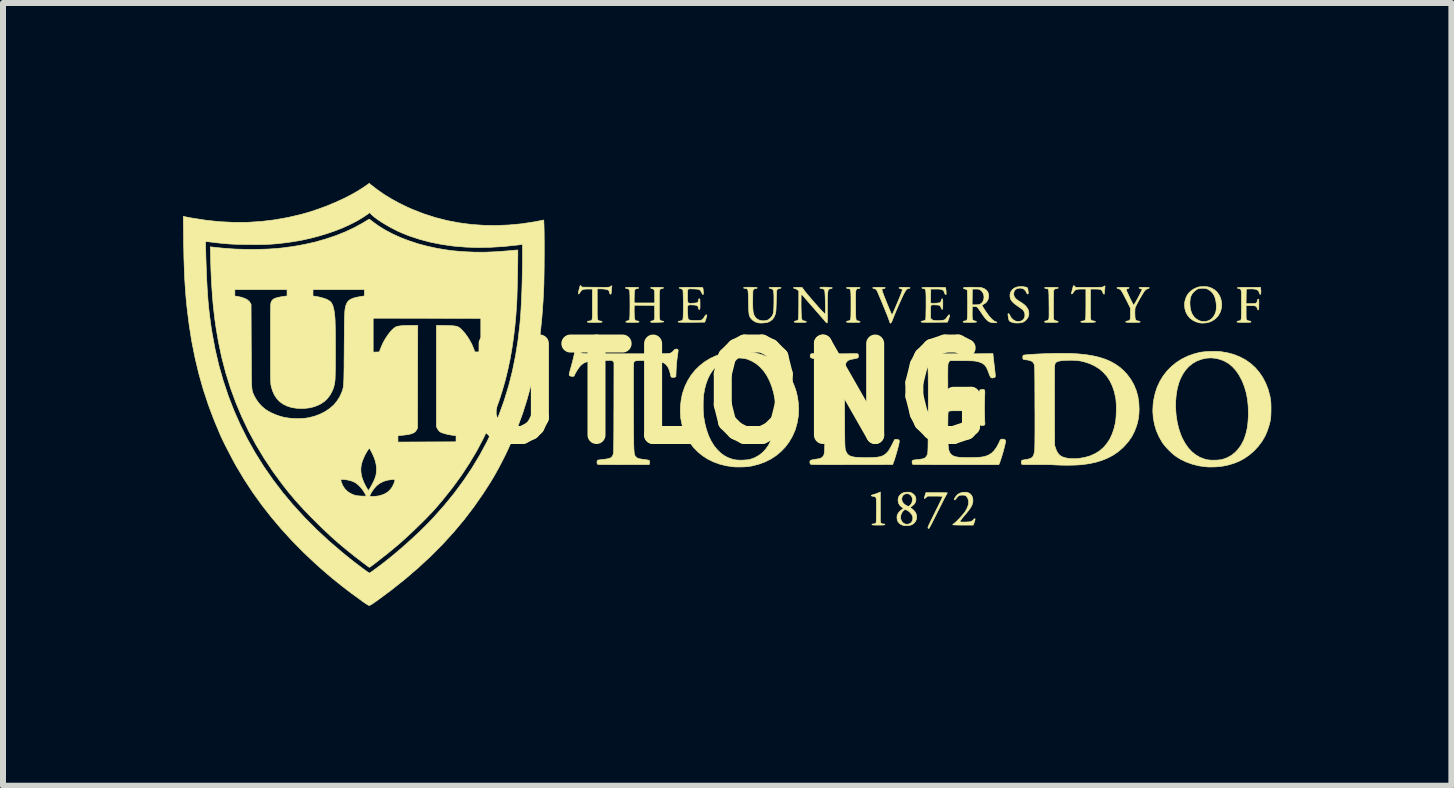
<source format=kicad_pcb>
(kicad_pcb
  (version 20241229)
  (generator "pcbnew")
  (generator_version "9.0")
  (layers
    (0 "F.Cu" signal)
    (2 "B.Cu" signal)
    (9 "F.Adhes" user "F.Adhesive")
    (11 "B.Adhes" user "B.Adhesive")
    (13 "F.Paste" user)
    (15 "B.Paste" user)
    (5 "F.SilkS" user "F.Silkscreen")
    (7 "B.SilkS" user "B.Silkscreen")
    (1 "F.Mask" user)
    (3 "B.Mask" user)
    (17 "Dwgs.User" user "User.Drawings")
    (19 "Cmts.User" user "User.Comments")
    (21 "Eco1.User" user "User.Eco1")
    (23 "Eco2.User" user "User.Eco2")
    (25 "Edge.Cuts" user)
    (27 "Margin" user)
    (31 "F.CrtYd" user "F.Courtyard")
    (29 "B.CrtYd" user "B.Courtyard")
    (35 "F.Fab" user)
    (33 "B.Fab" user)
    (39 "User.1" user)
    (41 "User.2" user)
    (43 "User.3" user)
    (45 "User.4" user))
  (footprint "UTLONG"
    (layer "F.Cu")
    (at 9.068 3.51)
    (property "Reference" "UTLONG" (at 0 0 0) (layer "F.SilkS") (effects (font (size 1.524 1.524) (thickness 0.3))))
    (attr through_hole)
    (fp_poly (pts (xy 3.537 1.651) (xy 3.579 1.651) (xy 3.615 1.652) (xy 3.643 1.652) (xy 3.662 1.653) (xy 3.67 1.653) (xy 3.67 1.653) (xy 3.667 1.659) (xy 3.659 1.674) (xy 3.648 1.695) (xy 3.64 1.709) (xy 3.631 1.726) (xy 3.616 1.753) (xy 3.598 1.789) (xy 3.577 1.831) (xy 3.553 1.879) (xy 3.527 1.93) (xy 3.5 1.983) (xy 3.489 2.005) (xy 3.464 2.056) (xy 3.44 2.104) (xy 3.418 2.147) (xy 3.399 2.184) (xy 3.383 2.213) (xy 3.371 2.234) (xy 3.364 2.246) (xy 3.362 2.248) (xy 3.352 2.243) (xy 3.347 2.239) (xy 3.346 2.235) (xy 3.348 2.225) (xy 3.354 2.211) (xy 3.362 2.19) (xy 3.376 2.161) (xy 3.393 2.125) (xy 3.416 2.079) (xy 3.443 2.023) (xy 3.452 2.006) (xy 3.484 1.94) (xy 3.512 1.885) (xy 3.534 1.84) (xy 3.552 1.803) (xy 3.566 1.774) (xy 3.576 1.752) (xy 3.583 1.735) (xy 3.588 1.724) (xy 3.59 1.717) (xy 3.59 1.713) (xy 3.589 1.712) (xy 3.582 1.711) (xy 3.564 1.71) (xy 3.538 1.709) (xy 3.504 1.708) (xy 3.467 1.708) (xy 3.463 1.708) (xy 3.34 1.708) (xy 3.315 1.731) (xy 3.301 1.742) (xy 3.29 1.748) (xy 3.287 1.748) (xy 3.287 1.74) (xy 3.291 1.723) (xy 3.297 1.7) (xy 3.298 1.697) (xy 3.312 1.651) (xy 3.491 1.651) (xy 3.537 1.651)) (stroke (width 0.01) (type solid)) (fill yes) (layer "F.SilkS"))
    (fp_poly (pts (xy 2.553 1.893) (xy 2.553 1.956) (xy 2.553 2.008) (xy 2.553 2.05) (xy 2.554 2.082) (xy 2.554 2.107) (xy 2.555 2.126) (xy 2.557 2.139) (xy 2.558 2.147) (xy 2.561 2.153) (xy 2.564 2.157) (xy 2.565 2.159) (xy 2.585 2.17) (xy 2.603 2.172) (xy 2.621 2.173) (xy 2.628 2.178) (xy 2.629 2.181) (xy 2.627 2.185) (xy 2.621 2.187) (xy 2.609 2.189) (xy 2.589 2.19) (xy 2.56 2.191) (xy 2.521 2.191) (xy 2.481 2.191) (xy 2.452 2.19) (xy 2.432 2.189) (xy 2.42 2.187) (xy 2.415 2.185) (xy 2.413 2.181) (xy 2.417 2.174) (xy 2.432 2.172) (xy 2.437 2.172) (xy 2.457 2.169) (xy 2.472 2.164) (xy 2.474 2.163) (xy 2.477 2.16) (xy 2.48 2.155) (xy 2.482 2.148) (xy 2.484 2.136) (xy 2.485 2.119) (xy 2.486 2.094) (xy 2.487 2.062) (xy 2.487 2.02) (xy 2.488 1.966) (xy 2.488 1.952) (xy 2.488 1.891) (xy 2.488 1.843) (xy 2.488 1.804) (xy 2.487 1.775) (xy 2.485 1.755) (xy 2.483 1.741) (xy 2.481 1.734) (xy 2.474 1.724) (xy 2.461 1.717) (xy 2.44 1.712) (xy 2.437 1.712) (xy 2.417 1.708) (xy 2.404 1.703) (xy 2.4 1.699) (xy 2.406 1.694) (xy 2.421 1.688) (xy 2.442 1.681) (xy 2.443 1.681) (xy 2.472 1.672) (xy 2.501 1.662) (xy 2.519 1.654) (xy 2.553 1.639) (xy 2.553 1.893)) (stroke (width 0.01) (type solid)) (fill yes) (layer "F.SilkS"))
    (fp_poly (pts (xy 7.99 -1.782) (xy 8.019 -1.778) (xy 8.02 -1.777) (xy 8.074 -1.759) (xy 8.122 -1.73) (xy 8.163 -1.694) (xy 8.196 -1.65) (xy 8.221 -1.6) (xy 8.236 -1.546) (xy 8.243 -1.49) (xy 8.239 -1.432) (xy 8.224 -1.374) (xy 8.209 -1.34) (xy 8.179 -1.291) (xy 8.139 -1.25) (xy 8.092 -1.217) (xy 8.039 -1.193) (xy 7.981 -1.179) (xy 7.921 -1.175) (xy 7.874 -1.179) (xy 7.818 -1.195) (xy 7.764 -1.221) (xy 7.717 -1.256) (xy 7.709 -1.263) (xy 7.672 -1.308) (xy 7.645 -1.359) (xy 7.629 -1.414) (xy 7.623 -1.472) (xy 7.625 -1.502) (xy 7.712 -1.502) (xy 7.717 -1.434) (xy 7.731 -1.373) (xy 7.753 -1.32) (xy 7.784 -1.276) (xy 7.822 -1.242) (xy 7.868 -1.217) (xy 7.893 -1.208) (xy 7.924 -1.203) (xy 7.961 -1.203) (xy 7.997 -1.208) (xy 8.024 -1.216) (xy 8.064 -1.239) (xy 8.098 -1.273) (xy 8.125 -1.315) (xy 8.144 -1.365) (xy 8.145 -1.367) (xy 8.152 -1.412) (xy 8.153 -1.464) (xy 8.149 -1.518) (xy 8.139 -1.57) (xy 8.125 -1.617) (xy 8.115 -1.638) (xy 8.09 -1.677) (xy 8.056 -1.711) (xy 8.018 -1.736) (xy 8.015 -1.738) (xy 7.995 -1.747) (xy 7.977 -1.752) (xy 7.957 -1.755) (xy 7.929 -1.756) (xy 7.922 -1.756) (xy 7.892 -1.755) (xy 7.871 -1.753) (xy 7.854 -1.749) (xy 7.837 -1.741) (xy 7.833 -1.739) (xy 7.8 -1.717) (xy 7.769 -1.688) (xy 7.746 -1.657) (xy 7.729 -1.623) (xy 7.718 -1.583) (xy 7.713 -1.535) (xy 7.712 -1.502) (xy 7.625 -1.502) (xy 7.627 -1.531) (xy 7.643 -1.589) (xy 7.667 -1.641) (xy 7.695 -1.679) (xy 7.733 -1.714) (xy 7.777 -1.744) (xy 7.825 -1.767) (xy 7.852 -1.776) (xy 7.88 -1.781) (xy 7.915 -1.783) (xy 7.954 -1.784) (xy 7.99 -1.782)) (stroke (width 0.01) (type solid)) (fill yes) (layer "F.SilkS"))
    (fp_poly (pts (xy 2.144 -1.771) (xy 2.175 -1.771) (xy 2.196 -1.77) (xy 2.209 -1.768) (xy 2.215 -1.766) (xy 2.216 -1.763) (xy 2.21 -1.756) (xy 2.193 -1.751) (xy 2.189 -1.751) (xy 2.177 -1.749) (xy 2.167 -1.747) (xy 2.159 -1.743) (xy 2.153 -1.737) (xy 2.148 -1.726) (xy 2.145 -1.711) (xy 2.142 -1.689) (xy 2.141 -1.66) (xy 2.141 -1.622) (xy 2.141 -1.575) (xy 2.141 -1.517) (xy 2.141 -1.475) (xy 2.142 -1.411) (xy 2.142 -1.359) (xy 2.143 -1.317) (xy 2.144 -1.284) (xy 2.146 -1.259) (xy 2.148 -1.241) (xy 2.152 -1.229) (xy 2.157 -1.221) (xy 2.164 -1.216) (xy 2.172 -1.213) (xy 2.182 -1.212) (xy 2.191 -1.21) (xy 2.209 -1.205) (xy 2.216 -1.197) (xy 2.216 -1.197) (xy 2.214 -1.193) (xy 2.208 -1.191) (xy 2.196 -1.189) (xy 2.177 -1.188) (xy 2.148 -1.188) (xy 2.108 -1.187) (xy 2.102 -1.187) (xy 2.061 -1.188) (xy 2.03 -1.188) (xy 2.009 -1.189) (xy 1.996 -1.191) (xy 1.99 -1.193) (xy 1.988 -1.196) (xy 1.988 -1.197) (xy 1.994 -1.205) (xy 2.012 -1.21) (xy 2.014 -1.211) (xy 2.026 -1.212) (xy 2.036 -1.215) (xy 2.044 -1.218) (xy 2.051 -1.225) (xy 2.056 -1.235) (xy 2.059 -1.25) (xy 2.061 -1.271) (xy 2.063 -1.299) (xy 2.063 -1.336) (xy 2.064 -1.383) (xy 2.064 -1.441) (xy 2.064 -1.479) (xy 2.064 -1.544) (xy 2.064 -1.597) (xy 2.063 -1.64) (xy 2.062 -1.674) (xy 2.06 -1.7) (xy 2.057 -1.719) (xy 2.053 -1.732) (xy 2.048 -1.74) (xy 2.041 -1.745) (xy 2.032 -1.748) (xy 2.021 -1.75) (xy 2.014 -1.751) (xy 1.996 -1.755) (xy 1.988 -1.762) (xy 1.988 -1.763) (xy 1.99 -1.766) (xy 1.997 -1.768) (xy 2.012 -1.77) (xy 2.035 -1.771) (xy 2.068 -1.772) (xy 2.102 -1.772) (xy 2.144 -1.771)) (stroke (width 0.01) (type solid)) (fill yes) (layer "F.SilkS"))
    (fp_poly (pts (xy 5.446 -1.771) (xy 5.476 -1.771) (xy 5.498 -1.77) (xy 5.51 -1.768) (xy 5.517 -1.766) (xy 5.518 -1.763) (xy 5.512 -1.756) (xy 5.494 -1.751) (xy 5.487 -1.75) (xy 5.464 -1.745) (xy 5.451 -1.737) (xy 5.447 -1.732) (xy 5.445 -1.725) (xy 5.443 -1.711) (xy 5.441 -1.691) (xy 5.44 -1.662) (xy 5.44 -1.624) (xy 5.439 -1.576) (xy 5.439 -1.516) (xy 5.439 -1.477) (xy 5.439 -1.416) (xy 5.439 -1.366) (xy 5.439 -1.326) (xy 5.44 -1.295) (xy 5.44 -1.272) (xy 5.441 -1.255) (xy 5.443 -1.244) (xy 5.445 -1.236) (xy 5.447 -1.231) (xy 5.45 -1.228) (xy 5.453 -1.226) (xy 5.468 -1.217) (xy 5.488 -1.211) (xy 5.492 -1.21) (xy 5.511 -1.205) (xy 5.518 -1.198) (xy 5.518 -1.197) (xy 5.516 -1.193) (xy 5.51 -1.191) (xy 5.498 -1.189) (xy 5.479 -1.188) (xy 5.45 -1.188) (xy 5.41 -1.187) (xy 5.404 -1.187) (xy 5.362 -1.188) (xy 5.331 -1.188) (xy 5.31 -1.189) (xy 5.297 -1.191) (xy 5.291 -1.193) (xy 5.29 -1.196) (xy 5.295 -1.206) (xy 5.311 -1.212) (xy 5.325 -1.213) (xy 5.339 -1.218) (xy 5.353 -1.23) (xy 5.356 -1.235) (xy 5.359 -1.24) (xy 5.361 -1.247) (xy 5.363 -1.257) (xy 5.364 -1.272) (xy 5.365 -1.293) (xy 5.365 -1.32) (xy 5.365 -1.356) (xy 5.365 -1.401) (xy 5.365 -1.457) (xy 5.364 -1.487) (xy 5.364 -1.551) (xy 5.363 -1.603) (xy 5.363 -1.645) (xy 5.361 -1.678) (xy 5.36 -1.703) (xy 5.357 -1.721) (xy 5.353 -1.733) (xy 5.348 -1.741) (xy 5.341 -1.746) (xy 5.332 -1.748) (xy 5.322 -1.75) (xy 5.316 -1.751) (xy 5.298 -1.755) (xy 5.29 -1.762) (xy 5.29 -1.763) (xy 5.292 -1.766) (xy 5.299 -1.768) (xy 5.314 -1.77) (xy 5.337 -1.771) (xy 5.37 -1.772) (xy 5.404 -1.772) (xy 5.446 -1.771)) (stroke (width 0.01) (type solid)) (fill yes) (layer "F.SilkS"))
    (fp_poly (pts (xy 4.929 -1.783) (xy 4.967 -1.777) (xy 4.988 -1.772) (xy 5 -1.767) (xy 5.006 -1.759) (xy 5.01 -1.747) (xy 5.014 -1.726) (xy 5.017 -1.701) (xy 5.018 -1.692) (xy 5.018 -1.672) (xy 5.015 -1.662) (xy 5.01 -1.659) (xy 5.001 -1.663) (xy 4.992 -1.679) (xy 4.992 -1.679) (xy 4.973 -1.714) (xy 4.947 -1.74) (xy 4.913 -1.755) (xy 4.88 -1.759) (xy 4.842 -1.754) (xy 4.812 -1.74) (xy 4.79 -1.718) (xy 4.778 -1.687) (xy 4.777 -1.674) (xy 4.777 -1.646) (xy 4.784 -1.62) (xy 4.799 -1.596) (xy 4.822 -1.572) (xy 4.856 -1.547) (xy 4.898 -1.521) (xy 4.947 -1.487) (xy 4.985 -1.45) (xy 5.012 -1.41) (xy 5.026 -1.368) (xy 5.029 -1.324) (xy 5.023 -1.292) (xy 5.009 -1.262) (xy 4.987 -1.233) (xy 4.96 -1.208) (xy 4.934 -1.192) (xy 4.904 -1.183) (xy 4.867 -1.178) (xy 4.827 -1.177) (xy 4.788 -1.179) (xy 4.763 -1.185) (xy 4.729 -1.196) (xy 4.708 -1.208) (xy 4.697 -1.222) (xy 4.697 -1.224) (xy 4.693 -1.239) (xy 4.689 -1.261) (xy 4.685 -1.285) (xy 4.681 -1.306) (xy 4.68 -1.321) (xy 4.68 -1.322) (xy 4.683 -1.332) (xy 4.691 -1.333) (xy 4.7 -1.325) (xy 4.709 -1.31) (xy 4.732 -1.267) (xy 4.762 -1.235) (xy 4.797 -1.213) (xy 4.833 -1.203) (xy 4.872 -1.203) (xy 4.906 -1.213) (xy 4.933 -1.232) (xy 4.952 -1.258) (xy 4.962 -1.291) (xy 4.962 -1.328) (xy 4.96 -1.335) (xy 4.953 -1.358) (xy 4.943 -1.378) (xy 4.927 -1.397) (xy 4.903 -1.417) (xy 4.871 -1.439) (xy 4.861 -1.446) (xy 4.814 -1.479) (xy 4.777 -1.508) (xy 4.75 -1.535) (xy 4.731 -1.562) (xy 4.72 -1.59) (xy 4.714 -1.618) (xy 4.715 -1.66) (xy 4.728 -1.698) (xy 4.751 -1.731) (xy 4.784 -1.758) (xy 4.826 -1.776) (xy 4.874 -1.784) (xy 4.929 -1.783)) (stroke (width 0.01) (type solid)) (fill yes) (layer "F.SilkS"))
    (fp_poly (pts (xy 3.987 1.644) (xy 4.014 1.65) (xy 4.046 1.667) (xy 4.071 1.693) (xy 4.088 1.726) (xy 4.096 1.764) (xy 4.095 1.805) (xy 4.084 1.847) (xy 4.078 1.862) (xy 4.069 1.88) (xy 4.059 1.898) (xy 4.045 1.918) (xy 4.028 1.941) (xy 4.007 1.969) (xy 3.979 2.003) (xy 3.943 2.044) (xy 3.942 2.046) (xy 3.92 2.073) (xy 3.902 2.096) (xy 3.888 2.115) (xy 3.881 2.127) (xy 3.88 2.13) (xy 3.881 2.134) (xy 3.887 2.137) (xy 3.899 2.139) (xy 3.92 2.14) (xy 3.951 2.14) (xy 3.954 2.14) (xy 3.998 2.139) (xy 4.031 2.137) (xy 4.056 2.133) (xy 4.074 2.126) (xy 4.09 2.116) (xy 4.101 2.105) (xy 4.114 2.092) (xy 4.125 2.084) (xy 4.128 2.083) (xy 4.132 2.088) (xy 4.131 2.103) (xy 4.125 2.127) (xy 4.114 2.156) (xy 4.114 2.157) (xy 4.101 2.191) (xy 3.93 2.191) (xy 3.885 2.191) (xy 3.844 2.19) (xy 3.81 2.189) (xy 3.783 2.188) (xy 3.766 2.187) (xy 3.759 2.185) (xy 3.759 2.185) (xy 3.764 2.179) (xy 3.776 2.168) (xy 3.785 2.162) (xy 3.804 2.146) (xy 3.829 2.123) (xy 3.858 2.094) (xy 3.887 2.063) (xy 3.916 2.03) (xy 3.942 1.999) (xy 3.963 1.972) (xy 3.969 1.963) (xy 3.997 1.914) (xy 4.016 1.866) (xy 4.024 1.821) (xy 4.022 1.779) (xy 4.01 1.742) (xy 3.988 1.711) (xy 3.985 1.708) (xy 3.973 1.699) (xy 3.958 1.694) (xy 3.936 1.691) (xy 3.926 1.691) (xy 3.892 1.692) (xy 3.866 1.699) (xy 3.843 1.716) (xy 3.821 1.743) (xy 3.807 1.761) (xy 3.795 1.77) (xy 3.787 1.771) (xy 3.785 1.763) (xy 3.788 1.752) (xy 3.798 1.735) (xy 3.811 1.715) (xy 3.825 1.697) (xy 3.836 1.685) (xy 3.867 1.664) (xy 3.905 1.65) (xy 3.947 1.643) (xy 3.987 1.644)) (stroke (width 0.01) (type solid)) (fill yes) (layer "F.SilkS"))
    (fp_poly (pts (xy -2.442 -1.801) (xy -2.433 -1.791) (xy -2.432 -1.791) (xy -2.42 -1.775) (xy -2.189 -1.773) (xy -2.129 -1.773) (xy -2.08 -1.772) (xy -2.041 -1.772) (xy -2.012 -1.772) (xy -1.989 -1.773) (xy -1.973 -1.774) (xy -1.962 -1.776) (xy -1.955 -1.778) (xy -1.951 -1.78) (xy -1.947 -1.783) (xy -1.946 -1.784) (xy -1.934 -1.794) (xy -1.924 -1.797) (xy -1.92 -1.793) (xy -1.921 -1.786) (xy -1.923 -1.775) (xy -1.926 -1.755) (xy -1.928 -1.729) (xy -1.929 -1.716) (xy -1.931 -1.688) (xy -1.933 -1.671) (xy -1.936 -1.661) (xy -1.941 -1.658) (xy -1.943 -1.657) (xy -1.952 -1.662) (xy -1.958 -1.675) (xy -1.959 -1.683) (xy -1.965 -1.703) (xy -1.974 -1.719) (xy -1.976 -1.721) (xy -1.996 -1.732) (xy -2.028 -1.74) (xy -2.07 -1.745) (xy -2.109 -1.746) (xy -2.165 -1.746) (xy -2.165 -1.492) (xy -2.165 -1.426) (xy -2.165 -1.372) (xy -2.165 -1.327) (xy -2.164 -1.292) (xy -2.162 -1.266) (xy -2.16 -1.246) (xy -2.156 -1.232) (xy -2.151 -1.223) (xy -2.144 -1.217) (xy -2.135 -1.214) (xy -2.125 -1.212) (xy -2.112 -1.21) (xy -2.092 -1.205) (xy -2.083 -1.198) (xy -2.083 -1.197) (xy -2.085 -1.193) (xy -2.091 -1.191) (xy -2.104 -1.189) (xy -2.124 -1.188) (xy -2.153 -1.188) (xy -2.194 -1.187) (xy -2.207 -1.187) (xy -2.25 -1.188) (xy -2.282 -1.188) (xy -2.305 -1.189) (xy -2.319 -1.19) (xy -2.327 -1.193) (xy -2.33 -1.196) (xy -2.33 -1.197) (xy -2.325 -1.204) (xy -2.308 -1.209) (xy -2.299 -1.21) (xy -2.286 -1.212) (xy -2.275 -1.213) (xy -2.266 -1.216) (xy -2.259 -1.221) (xy -2.254 -1.229) (xy -2.25 -1.242) (xy -2.248 -1.26) (xy -2.246 -1.285) (xy -2.245 -1.319) (xy -2.245 -1.361) (xy -2.245 -1.413) (xy -2.245 -1.477) (xy -2.245 -1.487) (xy -2.245 -1.743) (xy -2.318 -1.743) (xy -2.357 -1.742) (xy -2.387 -1.739) (xy -2.409 -1.732) (xy -2.426 -1.72) (xy -2.441 -1.703) (xy -2.452 -1.687) (xy -2.465 -1.667) (xy -2.474 -1.66) (xy -2.479 -1.664) (xy -2.478 -1.68) (xy -2.474 -1.707) (xy -2.467 -1.734) (xy -2.46 -1.761) (xy -2.454 -1.783) (xy -2.449 -1.798) (xy -2.447 -1.803) (xy -2.442 -1.801)) (stroke (width 0.01) (type solid)) (fill yes) (layer "F.SilkS"))
    (fp_poly (pts (xy 5.779 -1.799) (xy 5.791 -1.791) (xy 5.793 -1.788) (xy 5.81 -1.772) (xy 6.035 -1.772) (xy 6.094 -1.772) (xy 6.142 -1.772) (xy 6.18 -1.772) (xy 6.209 -1.773) (xy 6.231 -1.773) (xy 6.247 -1.775) (xy 6.258 -1.776) (xy 6.266 -1.779) (xy 6.271 -1.781) (xy 6.276 -1.785) (xy 6.276 -1.785) (xy 6.289 -1.793) (xy 6.296 -1.796) (xy 6.297 -1.795) (xy 6.297 -1.788) (xy 6.296 -1.771) (xy 6.294 -1.748) (xy 6.293 -1.736) (xy 6.29 -1.709) (xy 6.288 -1.687) (xy 6.287 -1.672) (xy 6.287 -1.668) (xy 6.284 -1.658) (xy 6.278 -1.658) (xy 6.27 -1.666) (xy 6.262 -1.682) (xy 6.261 -1.687) (xy 6.253 -1.708) (xy 6.242 -1.723) (xy 6.226 -1.733) (xy 6.203 -1.739) (xy 6.171 -1.742) (xy 6.131 -1.743) (xy 6.055 -1.743) (xy 6.055 -1.491) (xy 6.055 -1.428) (xy 6.055 -1.376) (xy 6.055 -1.335) (xy 6.056 -1.302) (xy 6.056 -1.277) (xy 6.057 -1.259) (xy 6.059 -1.246) (xy 6.061 -1.237) (xy 6.063 -1.232) (xy 6.066 -1.227) (xy 6.067 -1.226) (xy 6.081 -1.216) (xy 6.093 -1.213) (xy 6.111 -1.211) (xy 6.125 -1.207) (xy 6.137 -1.201) (xy 6.139 -1.196) (xy 6.13 -1.192) (xy 6.111 -1.19) (xy 6.08 -1.188) (xy 6.037 -1.188) (xy 6.013 -1.187) (xy 5.97 -1.188) (xy 5.939 -1.188) (xy 5.917 -1.189) (xy 5.903 -1.191) (xy 5.896 -1.193) (xy 5.893 -1.196) (xy 5.893 -1.197) (xy 5.898 -1.204) (xy 5.916 -1.209) (xy 5.924 -1.21) (xy 5.937 -1.212) (xy 5.948 -1.214) (xy 5.957 -1.217) (xy 5.964 -1.223) (xy 5.969 -1.232) (xy 5.973 -1.246) (xy 5.976 -1.267) (xy 5.977 -1.294) (xy 5.978 -1.329) (xy 5.978 -1.374) (xy 5.979 -1.429) (xy 5.979 -1.491) (xy 5.979 -1.743) (xy 5.905 -1.743) (xy 5.865 -1.742) (xy 5.836 -1.738) (xy 5.813 -1.732) (xy 5.796 -1.721) (xy 5.781 -1.704) (xy 5.771 -1.689) (xy 5.757 -1.669) (xy 5.746 -1.662) (xy 5.743 -1.662) (xy 5.736 -1.67) (xy 5.737 -1.676) (xy 5.741 -1.686) (xy 5.746 -1.706) (xy 5.752 -1.73) (xy 5.755 -1.74) (xy 5.761 -1.765) (xy 5.767 -1.785) (xy 5.771 -1.797) (xy 5.772 -1.799) (xy 5.779 -1.799)) (stroke (width 0.01) (type solid)) (fill yes) (layer "F.SilkS"))
    (fp_poly (pts (xy 3.034 1.643) (xy 3.056 1.647) (xy 3.075 1.655) (xy 3.077 1.656) (xy 3.11 1.679) (xy 3.133 1.708) (xy 3.145 1.742) (xy 3.146 1.778) (xy 3.143 1.79) (xy 3.132 1.821) (xy 3.113 1.847) (xy 3.085 1.871) (xy 3.079 1.876) (xy 3.047 1.897) (xy 3.069 1.911) (xy 3.094 1.93) (xy 3.118 1.954) (xy 3.138 1.98) (xy 3.15 2.004) (xy 3.15 2.004) (xy 3.159 2.047) (xy 3.156 2.088) (xy 3.142 2.125) (xy 3.118 2.157) (xy 3.085 2.181) (xy 3.075 2.186) (xy 3.048 2.194) (xy 3.013 2.199) (xy 2.978 2.201) (xy 2.947 2.199) (xy 2.938 2.197) (xy 2.897 2.181) (xy 2.865 2.157) (xy 2.843 2.126) (xy 2.833 2.094) (xy 2.83 2.053) (xy 2.832 2.043) (xy 2.891 2.043) (xy 2.892 2.081) (xy 2.902 2.115) (xy 2.921 2.143) (xy 2.945 2.163) (xy 2.975 2.175) (xy 3.007 2.177) (xy 3.038 2.169) (xy 3.065 2.152) (xy 3.084 2.126) (xy 3.094 2.094) (xy 3.094 2.059) (xy 3.091 2.047) (xy 3.08 2.02) (xy 3.06 1.993) (xy 3.034 1.967) (xy 3.005 1.947) (xy 2.993 1.941) (xy 2.976 1.934) (xy 2.966 1.932) (xy 2.956 1.937) (xy 2.947 1.943) (xy 2.924 1.965) (xy 2.906 1.996) (xy 2.894 2.029) (xy 2.891 2.043) (xy 2.832 2.043) (xy 2.839 2.014) (xy 2.861 1.978) (xy 2.895 1.945) (xy 2.93 1.921) (xy 2.935 1.916) (xy 2.933 1.91) (xy 2.922 1.901) (xy 2.912 1.893) (xy 2.879 1.863) (xy 2.858 1.828) (xy 2.849 1.789) (xy 2.848 1.775) (xy 2.849 1.767) (xy 2.91 1.767) (xy 2.919 1.8) (xy 2.94 1.83) (xy 2.972 1.856) (xy 2.98 1.861) (xy 3.002 1.872) (xy 3.016 1.878) (xy 3.027 1.877) (xy 3.038 1.871) (xy 3.044 1.866) (xy 3.066 1.842) (xy 3.081 1.811) (xy 3.088 1.777) (xy 3.087 1.743) (xy 3.076 1.715) (xy 3.055 1.688) (xy 3.03 1.672) (xy 2.998 1.667) (xy 2.997 1.667) (xy 2.965 1.672) (xy 2.938 1.688) (xy 2.92 1.712) (xy 2.911 1.743) (xy 2.91 1.767) (xy 2.849 1.767) (xy 2.853 1.738) (xy 2.865 1.708) (xy 2.887 1.683) (xy 2.891 1.679) (xy 2.918 1.66) (xy 2.948 1.648) (xy 2.983 1.643) (xy 3.004 1.642) (xy 3.034 1.643)) (stroke (width 0.01) (type solid)) (fill yes) (layer "F.SilkS"))
    (fp_poly (pts (xy 2.992 -1.771) (xy 3.018 -1.771) (xy 3.035 -1.769) (xy 3.044 -1.767) (xy 3.048 -1.764) (xy 3.048 -1.762) (xy 3.042 -1.755) (xy 3.029 -1.753) (xy 3.013 -1.75) (xy 2.997 -1.741) (xy 2.981 -1.724) (xy 2.964 -1.698) (xy 2.944 -1.663) (xy 2.93 -1.634) (xy 2.912 -1.596) (xy 2.891 -1.549) (xy 2.868 -1.498) (xy 2.844 -1.443) (xy 2.82 -1.388) (xy 2.798 -1.336) (xy 2.779 -1.288) (xy 2.763 -1.248) (xy 2.756 -1.23) (xy 2.743 -1.199) (xy 2.732 -1.181) (xy 2.723 -1.174) (xy 2.715 -1.179) (xy 2.708 -1.196) (xy 2.706 -1.203) (xy 2.701 -1.219) (xy 2.692 -1.243) (xy 2.68 -1.276) (xy 2.665 -1.314) (xy 2.647 -1.358) (xy 2.628 -1.405) (xy 2.608 -1.454) (xy 2.588 -1.503) (xy 2.568 -1.551) (xy 2.549 -1.597) (xy 2.531 -1.638) (xy 2.516 -1.674) (xy 2.503 -1.702) (xy 2.494 -1.722) (xy 2.488 -1.732) (xy 2.488 -1.732) (xy 2.472 -1.743) (xy 2.452 -1.75) (xy 2.45 -1.75) (xy 2.433 -1.755) (xy 2.426 -1.762) (xy 2.426 -1.763) (xy 2.428 -1.766) (xy 2.436 -1.769) (xy 2.451 -1.77) (xy 2.474 -1.771) (xy 2.508 -1.772) (xy 2.53 -1.772) (xy 2.57 -1.771) (xy 2.599 -1.771) (xy 2.618 -1.77) (xy 2.63 -1.768) (xy 2.635 -1.765) (xy 2.635 -1.763) (xy 2.629 -1.756) (xy 2.614 -1.751) (xy 2.61 -1.75) (xy 2.593 -1.746) (xy 2.582 -1.741) (xy 2.581 -1.74) (xy 2.58 -1.734) (xy 2.582 -1.722) (xy 2.587 -1.704) (xy 2.596 -1.679) (xy 2.608 -1.646) (xy 2.624 -1.604) (xy 2.644 -1.553) (xy 2.669 -1.492) (xy 2.697 -1.424) (xy 2.712 -1.388) (xy 2.725 -1.358) (xy 2.736 -1.334) (xy 2.745 -1.318) (xy 2.749 -1.312) (xy 2.75 -1.312) (xy 2.754 -1.32) (xy 2.762 -1.337) (xy 2.773 -1.363) (xy 2.787 -1.395) (xy 2.803 -1.432) (xy 2.82 -1.472) (xy 2.838 -1.514) (xy 2.855 -1.555) (xy 2.872 -1.595) (xy 2.886 -1.63) (xy 2.892 -1.646) (xy 2.904 -1.675) (xy 2.912 -1.701) (xy 2.918 -1.721) (xy 2.92 -1.731) (xy 2.92 -1.732) (xy 2.912 -1.742) (xy 2.891 -1.749) (xy 2.891 -1.749) (xy 2.874 -1.754) (xy 2.865 -1.761) (xy 2.864 -1.763) (xy 2.867 -1.767) (xy 2.876 -1.769) (xy 2.894 -1.771) (xy 2.921 -1.771) (xy 2.956 -1.772) (xy 2.992 -1.771)) (stroke (width 0.01) (type solid)) (fill yes) (layer "F.SilkS"))
    (fp_poly (pts (xy 8.893 -1.738) (xy 8.896 -1.709) (xy 8.895 -1.685) (xy 8.893 -1.666) (xy 8.888 -1.655) (xy 8.883 -1.653) (xy 8.877 -1.66) (xy 8.871 -1.677) (xy 8.861 -1.702) (xy 8.846 -1.721) (xy 8.823 -1.734) (xy 8.793 -1.742) (xy 8.753 -1.745) (xy 8.717 -1.745) (xy 8.652 -1.743) (xy 8.65 -1.62) (xy 8.648 -1.498) (xy 8.732 -1.5) (xy 8.769 -1.501) (xy 8.795 -1.503) (xy 8.813 -1.507) (xy 8.824 -1.514) (xy 8.83 -1.524) (xy 8.834 -1.54) (xy 8.836 -1.55) (xy 8.841 -1.568) (xy 8.849 -1.575) (xy 8.851 -1.575) (xy 8.856 -1.574) (xy 8.859 -1.569) (xy 8.86 -1.559) (xy 8.861 -1.542) (xy 8.862 -1.516) (xy 8.861 -1.484) (xy 8.861 -1.448) (xy 8.86 -1.422) (xy 8.858 -1.406) (xy 8.856 -1.397) (xy 8.852 -1.394) (xy 8.852 -1.394) (xy 8.844 -1.399) (xy 8.838 -1.413) (xy 8.836 -1.418) (xy 8.829 -1.437) (xy 8.82 -1.45) (xy 8.807 -1.459) (xy 8.787 -1.464) (xy 8.759 -1.466) (xy 8.724 -1.467) (xy 8.649 -1.467) (xy 8.649 -1.353) (xy 8.649 -1.312) (xy 8.649 -1.281) (xy 8.65 -1.26) (xy 8.652 -1.245) (xy 8.654 -1.236) (xy 8.658 -1.23) (xy 8.661 -1.226) (xy 8.676 -1.216) (xy 8.688 -1.213) (xy 8.71 -1.21) (xy 8.726 -1.204) (xy 8.731 -1.196) (xy 8.729 -1.193) (xy 8.722 -1.191) (xy 8.708 -1.189) (xy 8.685 -1.188) (xy 8.653 -1.188) (xy 8.614 -1.187) (xy 8.572 -1.188) (xy 8.541 -1.188) (xy 8.52 -1.189) (xy 8.506 -1.191) (xy 8.499 -1.193) (xy 8.496 -1.196) (xy 8.496 -1.197) (xy 8.502 -1.205) (xy 8.52 -1.21) (xy 8.523 -1.211) (xy 8.535 -1.212) (xy 8.545 -1.215) (xy 8.553 -1.218) (xy 8.56 -1.225) (xy 8.564 -1.235) (xy 8.568 -1.25) (xy 8.57 -1.271) (xy 8.571 -1.3) (xy 8.572 -1.337) (xy 8.572 -1.384) (xy 8.573 -1.441) (xy 8.572 -1.478) (xy 8.572 -1.543) (xy 8.572 -1.596) (xy 8.572 -1.639) (xy 8.571 -1.673) (xy 8.569 -1.699) (xy 8.566 -1.718) (xy 8.562 -1.731) (xy 8.557 -1.739) (xy 8.551 -1.745) (xy 8.542 -1.748) (xy 8.532 -1.749) (xy 8.528 -1.75) (xy 8.511 -1.755) (xy 8.503 -1.762) (xy 8.503 -1.763) (xy 8.505 -1.765) (xy 8.511 -1.767) (xy 8.523 -1.769) (xy 8.543 -1.77) (xy 8.57 -1.771) (xy 8.607 -1.771) (xy 8.655 -1.772) (xy 8.696 -1.772) (xy 8.889 -1.772) (xy 8.893 -1.738)) (stroke (width 0.01) (type solid)) (fill yes) (layer "F.SilkS"))
    (fp_poly (pts (xy 6.986 -1.771) (xy 7.011 -1.77) (xy 7.027 -1.769) (xy 7.034 -1.766) (xy 7.036 -1.763) (xy 7.03 -1.757) (xy 7.016 -1.749) (xy 7.006 -1.746) (xy 6.983 -1.737) (xy 6.966 -1.722) (xy 6.954 -1.708) (xy 6.941 -1.688) (xy 6.923 -1.66) (xy 6.904 -1.628) (xy 6.883 -1.592) (xy 6.862 -1.555) (xy 6.843 -1.519) (xy 6.826 -1.487) (xy 6.812 -1.459) (xy 6.803 -1.439) (xy 6.8 -1.431) (xy 6.797 -1.412) (xy 6.796 -1.384) (xy 6.795 -1.348) (xy 6.796 -1.321) (xy 6.797 -1.282) (xy 6.8 -1.255) (xy 6.805 -1.235) (xy 6.813 -1.223) (xy 6.825 -1.216) (xy 6.842 -1.212) (xy 6.852 -1.21) (xy 6.873 -1.206) (xy 6.883 -1.199) (xy 6.883 -1.197) (xy 6.882 -1.193) (xy 6.876 -1.191) (xy 6.863 -1.189) (xy 6.844 -1.188) (xy 6.815 -1.188) (xy 6.775 -1.187) (xy 6.763 -1.187) (xy 6.72 -1.188) (xy 6.688 -1.188) (xy 6.666 -1.189) (xy 6.652 -1.191) (xy 6.645 -1.193) (xy 6.642 -1.196) (xy 6.642 -1.197) (xy 6.648 -1.204) (xy 6.666 -1.209) (xy 6.67 -1.21) (xy 6.689 -1.213) (xy 6.702 -1.219) (xy 6.711 -1.228) (xy 6.717 -1.243) (xy 6.72 -1.266) (xy 6.721 -1.297) (xy 6.721 -1.333) (xy 6.721 -1.426) (xy 6.653 -1.562) (xy 6.627 -1.612) (xy 6.606 -1.652) (xy 6.589 -1.683) (xy 6.575 -1.707) (xy 6.563 -1.723) (xy 6.552 -1.735) (xy 6.541 -1.742) (xy 6.53 -1.746) (xy 6.522 -1.748) (xy 6.504 -1.754) (xy 6.496 -1.761) (xy 6.496 -1.762) (xy 6.498 -1.766) (xy 6.505 -1.769) (xy 6.518 -1.77) (xy 6.54 -1.771) (xy 6.572 -1.772) (xy 6.598 -1.772) (xy 6.637 -1.771) (xy 6.665 -1.771) (xy 6.683 -1.77) (xy 6.694 -1.768) (xy 6.699 -1.765) (xy 6.699 -1.763) (xy 6.694 -1.756) (xy 6.679 -1.749) (xy 6.675 -1.748) (xy 6.66 -1.743) (xy 6.654 -1.736) (xy 6.653 -1.727) (xy 6.657 -1.717) (xy 6.664 -1.698) (xy 6.676 -1.672) (xy 6.69 -1.641) (xy 6.705 -1.608) (xy 6.721 -1.575) (xy 6.737 -1.544) (xy 6.75 -1.517) (xy 6.761 -1.497) (xy 6.767 -1.487) (xy 6.777 -1.472) (xy 6.798 -1.508) (xy 6.812 -1.532) (xy 6.828 -1.561) (xy 6.846 -1.593) (xy 6.863 -1.626) (xy 6.88 -1.658) (xy 6.894 -1.688) (xy 6.906 -1.711) (xy 6.913 -1.728) (xy 6.915 -1.735) (xy 6.909 -1.744) (xy 6.89 -1.749) (xy 6.89 -1.749) (xy 6.872 -1.754) (xy 6.864 -1.762) (xy 6.864 -1.763) (xy 6.867 -1.766) (xy 6.874 -1.769) (xy 6.89 -1.771) (xy 6.914 -1.771) (xy 6.949 -1.772) (xy 6.95 -1.772) (xy 6.986 -1.771)) (stroke (width 0.01) (type solid)) (fill yes) (layer "F.SilkS"))
    (fp_poly (pts (xy 0.391 -1.773) (xy 0.432 -1.772) (xy 0.461 -1.771) (xy 0.482 -1.77) (xy 0.494 -1.768) (xy 0.5 -1.765) (xy 0.502 -1.762) (xy 0.496 -1.755) (xy 0.48 -1.753) (xy 0.46 -1.749) (xy 0.444 -1.74) (xy 0.439 -1.736) (xy 0.435 -1.732) (xy 0.433 -1.725) (xy 0.431 -1.714) (xy 0.429 -1.697) (xy 0.428 -1.673) (xy 0.428 -1.641) (xy 0.427 -1.598) (xy 0.427 -1.575) (xy 0.426 -1.51) (xy 0.427 -1.456) (xy 0.429 -1.412) (xy 0.432 -1.376) (xy 0.437 -1.346) (xy 0.444 -1.322) (xy 0.45 -1.305) (xy 0.472 -1.269) (xy 0.503 -1.242) (xy 0.541 -1.223) (xy 0.585 -1.214) (xy 0.632 -1.215) (xy 0.659 -1.22) (xy 0.682 -1.229) (xy 0.705 -1.245) (xy 0.721 -1.26) (xy 0.738 -1.277) (xy 0.751 -1.294) (xy 0.76 -1.312) (xy 0.767 -1.332) (xy 0.772 -1.357) (xy 0.776 -1.389) (xy 0.778 -1.43) (xy 0.779 -1.481) (xy 0.78 -1.492) (xy 0.78 -1.557) (xy 0.78 -1.611) (xy 0.779 -1.653) (xy 0.776 -1.686) (xy 0.772 -1.71) (xy 0.767 -1.727) (xy 0.763 -1.734) (xy 0.748 -1.744) (xy 0.726 -1.751) (xy 0.725 -1.751) (xy 0.707 -1.755) (xy 0.699 -1.762) (xy 0.699 -1.763) (xy 0.701 -1.766) (xy 0.709 -1.769) (xy 0.724 -1.77) (xy 0.748 -1.771) (xy 0.783 -1.772) (xy 0.801 -1.772) (xy 0.84 -1.771) (xy 0.869 -1.771) (xy 0.887 -1.769) (xy 0.897 -1.767) (xy 0.9 -1.764) (xy 0.9 -1.764) (xy 0.892 -1.757) (xy 0.882 -1.754) (xy 0.858 -1.748) (xy 0.839 -1.739) (xy 0.828 -1.728) (xy 0.827 -1.719) (xy 0.825 -1.699) (xy 0.824 -1.67) (xy 0.822 -1.634) (xy 0.821 -1.591) (xy 0.819 -1.545) (xy 0.819 -1.54) (xy 0.818 -1.486) (xy 0.816 -1.443) (xy 0.815 -1.409) (xy 0.813 -1.383) (xy 0.811 -1.363) (xy 0.808 -1.346) (xy 0.805 -1.332) (xy 0.802 -1.322) (xy 0.782 -1.275) (xy 0.756 -1.239) (xy 0.722 -1.211) (xy 0.68 -1.19) (xy 0.679 -1.19) (xy 0.654 -1.184) (xy 0.622 -1.18) (xy 0.585 -1.177) (xy 0.55 -1.177) (xy 0.521 -1.18) (xy 0.515 -1.181) (xy 0.467 -1.197) (xy 0.427 -1.223) (xy 0.407 -1.242) (xy 0.395 -1.257) (xy 0.385 -1.27) (xy 0.377 -1.285) (xy 0.371 -1.302) (xy 0.366 -1.322) (xy 0.363 -1.348) (xy 0.36 -1.381) (xy 0.359 -1.422) (xy 0.357 -1.473) (xy 0.356 -1.524) (xy 0.355 -1.584) (xy 0.354 -1.632) (xy 0.352 -1.67) (xy 0.349 -1.699) (xy 0.346 -1.721) (xy 0.341 -1.735) (xy 0.335 -1.745) (xy 0.326 -1.75) (xy 0.315 -1.752) (xy 0.302 -1.753) (xy 0.299 -1.753) (xy 0.282 -1.755) (xy 0.276 -1.761) (xy 0.277 -1.768) (xy 0.282 -1.77) (xy 0.297 -1.772) (xy 0.322 -1.773) (xy 0.357 -1.773) (xy 0.391 -1.773)) (stroke (width 0.01) (type solid)) (fill yes) (layer "F.SilkS"))
    (fp_poly (pts (xy 4.09 -1.773) (xy 4.13 -1.772) (xy 4.167 -1.771) (xy 4.199 -1.77) (xy 4.225 -1.768) (xy 4.24 -1.766) (xy 4.242 -1.766) (xy 4.286 -1.749) (xy 4.32 -1.725) (xy 4.344 -1.694) (xy 4.357 -1.656) (xy 4.359 -1.626) (xy 4.353 -1.581) (xy 4.336 -1.544) (xy 4.309 -1.512) (xy 4.27 -1.488) (xy 4.269 -1.487) (xy 4.255 -1.479) (xy 4.248 -1.473) (xy 4.248 -1.472) (xy 4.251 -1.465) (xy 4.26 -1.449) (xy 4.272 -1.428) (xy 4.281 -1.414) (xy 4.32 -1.355) (xy 4.357 -1.304) (xy 4.392 -1.262) (xy 4.424 -1.231) (xy 4.452 -1.209) (xy 4.471 -1.201) (xy 4.486 -1.195) (xy 4.495 -1.189) (xy 4.496 -1.187) (xy 4.49 -1.183) (xy 4.475 -1.181) (xy 4.454 -1.181) (xy 4.43 -1.182) (xy 4.406 -1.186) (xy 4.386 -1.19) (xy 4.377 -1.193) (xy 4.354 -1.206) (xy 4.332 -1.223) (xy 4.309 -1.247) (xy 4.284 -1.279) (xy 4.255 -1.319) (xy 4.239 -1.343) (xy 4.219 -1.373) (xy 4.2 -1.4) (xy 4.184 -1.422) (xy 4.173 -1.437) (xy 4.169 -1.441) (xy 4.154 -1.448) (xy 4.13 -1.451) (xy 4.122 -1.451) (xy 4.086 -1.451) (xy 4.084 -1.352) (xy 4.084 -1.307) (xy 4.085 -1.274) (xy 4.087 -1.25) (xy 4.091 -1.233) (xy 4.098 -1.223) (xy 4.107 -1.218) (xy 4.113 -1.216) (xy 4.137 -1.209) (xy 4.152 -1.202) (xy 4.157 -1.195) (xy 4.156 -1.194) (xy 4.148 -1.191) (xy 4.129 -1.19) (xy 4.101 -1.188) (xy 4.064 -1.188) (xy 4.041 -1.187) (xy 4.001 -1.188) (xy 3.971 -1.188) (xy 3.951 -1.189) (xy 3.939 -1.191) (xy 3.932 -1.193) (xy 3.931 -1.197) (xy 3.931 -1.197) (xy 3.937 -1.205) (xy 3.955 -1.21) (xy 3.957 -1.211) (xy 3.969 -1.212) (xy 3.979 -1.215) (xy 3.988 -1.218) (xy 3.994 -1.225) (xy 3.999 -1.235) (xy 4.002 -1.25) (xy 4.004 -1.271) (xy 4.006 -1.3) (xy 4.007 -1.337) (xy 4.007 -1.384) (xy 4.007 -1.442) (xy 4.007 -1.477) (xy 4.007 -1.48) (xy 4.083 -1.48) (xy 4.137 -1.48) (xy 4.168 -1.481) (xy 4.195 -1.484) (xy 4.212 -1.488) (xy 4.241 -1.507) (xy 4.262 -1.534) (xy 4.275 -1.566) (xy 4.281 -1.601) (xy 4.278 -1.637) (xy 4.267 -1.671) (xy 4.248 -1.702) (xy 4.224 -1.724) (xy 4.21 -1.733) (xy 4.196 -1.739) (xy 4.181 -1.742) (xy 4.159 -1.743) (xy 4.141 -1.743) (xy 4.086 -1.743) (xy 4.085 -1.611) (xy 4.083 -1.48) (xy 4.007 -1.48) (xy 4.007 -1.541) (xy 4.006 -1.598) (xy 4.005 -1.645) (xy 4.004 -1.682) (xy 4.003 -1.709) (xy 4.001 -1.724) (xy 4 -1.727) (xy 3.989 -1.737) (xy 3.966 -1.743) (xy 3.966 -1.743) (xy 3.947 -1.748) (xy 3.938 -1.755) (xy 3.939 -1.763) (xy 3.948 -1.768) (xy 3.961 -1.77) (xy 3.984 -1.771) (xy 4.015 -1.772) (xy 4.051 -1.773) (xy 4.09 -1.773)) (stroke (width 0.01) (type solid)) (fill yes) (layer "F.SilkS"))
    (fp_poly (pts (xy 8.189 -0.702) (xy 8.23 -0.699) (xy 8.343 -0.68) (xy 8.449 -0.651) (xy 8.548 -0.611) (xy 8.64 -0.562) (xy 8.724 -0.503) (xy 8.8 -0.434) (xy 8.867 -0.356) (xy 8.926 -0.27) (xy 8.975 -0.176) (xy 9.015 -0.074) (xy 9.045 0.036) (xy 9.056 0.095) (xy 9.06 0.129) (xy 9.063 0.172) (xy 9.064 0.221) (xy 9.064 0.273) (xy 9.063 0.325) (xy 9.061 0.374) (xy 9.057 0.416) (xy 9.053 0.445) (xy 9.041 0.498) (xy 9.024 0.556) (xy 9.004 0.615) (xy 8.982 0.67) (xy 8.966 0.706) (xy 8.914 0.795) (xy 8.851 0.879) (xy 8.779 0.956) (xy 8.699 1.025) (xy 8.612 1.084) (xy 8.544 1.121) (xy 8.453 1.159) (xy 8.354 1.189) (xy 8.251 1.21) (xy 8.145 1.221) (xy 8.04 1.223) (xy 7.972 1.219) (xy 7.86 1.203) (xy 7.753 1.176) (xy 7.65 1.139) (xy 7.555 1.093) (xy 7.495 1.056) (xy 7.453 1.026) (xy 7.408 0.987) (xy 7.363 0.944) (xy 7.32 0.899) (xy 7.282 0.854) (xy 7.252 0.814) (xy 7.252 0.813) (xy 7.197 0.717) (xy 7.153 0.616) (xy 7.122 0.512) (xy 7.102 0.404) (xy 7.094 0.293) (xy 7.096 0.246) (xy 7.474 0.246) (xy 7.483 0.36) (xy 7.5 0.471) (xy 7.525 0.579) (xy 7.559 0.681) (xy 7.588 0.748) (xy 7.634 0.831) (xy 7.686 0.905) (xy 7.744 0.968) (xy 7.809 1.02) (xy 7.878 1.061) (xy 7.954 1.09) (xy 8.001 1.102) (xy 8.031 1.106) (xy 8.069 1.109) (xy 8.113 1.109) (xy 8.157 1.108) (xy 8.199 1.105) (xy 8.236 1.1) (xy 8.258 1.095) (xy 8.333 1.068) (xy 8.402 1.03) (xy 8.465 0.981) (xy 8.52 0.922) (xy 8.568 0.854) (xy 8.608 0.777) (xy 8.626 0.73) (xy 8.649 0.656) (xy 8.667 0.579) (xy 8.678 0.496) (xy 8.685 0.406) (xy 8.687 0.321) (xy 8.683 0.2) (xy 8.671 0.088) (xy 8.65 -0.017) (xy 8.621 -0.116) (xy 8.584 -0.21) (xy 8.579 -0.22) (xy 8.533 -0.307) (xy 8.482 -0.382) (xy 8.425 -0.445) (xy 8.363 -0.498) (xy 8.295 -0.539) (xy 8.222 -0.569) (xy 8.145 -0.588) (xy 8.066 -0.596) (xy 7.987 -0.591) (xy 7.909 -0.574) (xy 7.831 -0.545) (xy 7.819 -0.539) (xy 7.754 -0.501) (xy 7.694 -0.452) (xy 7.64 -0.393) (xy 7.593 -0.324) (xy 7.554 -0.247) (xy 7.529 -0.183) (xy 7.502 -0.084) (xy 7.484 0.022) (xy 7.475 0.133) (xy 7.474 0.246) (xy 7.096 0.246) (xy 7.099 0.179) (xy 7.109 0.105) (xy 7.133 -0.005) (xy 7.167 -0.109) (xy 7.213 -0.206) (xy 7.268 -0.297) (xy 7.333 -0.38) (xy 7.407 -0.454) (xy 7.489 -0.521) (xy 7.58 -0.578) (xy 7.678 -0.626) (xy 7.783 -0.663) (xy 7.871 -0.686) (xy 7.912 -0.693) (xy 7.963 -0.698) (xy 8.019 -0.702) (xy 8.078 -0.704) (xy 8.135 -0.704) (xy 8.189 -0.702)) (stroke (width 0.01) (type solid)) (fill yes) (layer "F.SilkS"))
    (fp_poly (pts (xy 0.303 -0.703) (xy 0.347 -0.7) (xy 0.353 -0.699) (xy 0.466 -0.68) (xy 0.573 -0.651) (xy 0.673 -0.611) (xy 0.765 -0.562) (xy 0.849 -0.503) (xy 0.925 -0.434) (xy 0.993 -0.356) (xy 1.052 -0.268) (xy 1.062 -0.251) (xy 1.109 -0.156) (xy 1.146 -0.054) (xy 1.172 0.051) (xy 1.187 0.159) (xy 1.192 0.268) (xy 1.186 0.377) (xy 1.168 0.484) (xy 1.14 0.587) (xy 1.13 0.615) (xy 1.086 0.714) (xy 1.032 0.806) (xy 0.969 0.89) (xy 0.897 0.965) (xy 0.816 1.032) (xy 0.728 1.09) (xy 0.631 1.138) (xy 0.528 1.176) (xy 0.418 1.204) (xy 0.368 1.213) (xy 0.334 1.217) (xy 0.291 1.22) (xy 0.243 1.222) (xy 0.194 1.222) (xy 0.148 1.222) (xy 0.109 1.22) (xy 0.099 1.219) (xy -0.016 1.202) (xy -0.125 1.175) (xy -0.227 1.138) (xy -0.322 1.091) (xy -0.409 1.035) (xy -0.489 0.97) (xy -0.56 0.897) (xy -0.622 0.816) (xy -0.674 0.727) (xy -0.717 0.632) (xy -0.749 0.53) (xy -0.771 0.422) (xy -0.775 0.388) (xy -0.78 0.297) (xy -0.778 0.23) (xy -0.399 0.23) (xy -0.398 0.287) (xy -0.395 0.339) (xy -0.391 0.381) (xy -0.371 0.496) (xy -0.343 0.603) (xy -0.309 0.701) (xy -0.267 0.789) (xy -0.218 0.868) (xy -0.162 0.937) (xy -0.101 0.995) (xy -0.097 0.998) (xy -0.042 1.037) (xy 0.015 1.067) (xy 0.076 1.089) (xy 0.127 1.102) (xy 0.157 1.106) (xy 0.195 1.108) (xy 0.238 1.109) (xy 0.283 1.107) (xy 0.325 1.104) (xy 0.361 1.1) (xy 0.384 1.095) (xy 0.46 1.068) (xy 0.528 1.03) (xy 0.59 0.982) (xy 0.644 0.924) (xy 0.691 0.856) (xy 0.731 0.777) (xy 0.763 0.69) (xy 0.788 0.592) (xy 0.804 0.486) (xy 0.807 0.46) (xy 0.81 0.415) (xy 0.812 0.362) (xy 0.811 0.305) (xy 0.81 0.246) (xy 0.807 0.19) (xy 0.803 0.139) (xy 0.798 0.097) (xy 0.797 0.095) (xy 0.774 -0.017) (xy 0.743 -0.121) (xy 0.706 -0.215) (xy 0.662 -0.3) (xy 0.611 -0.375) (xy 0.554 -0.439) (xy 0.491 -0.494) (xy 0.422 -0.537) (xy 0.348 -0.57) (xy 0.308 -0.582) (xy 0.266 -0.589) (xy 0.216 -0.593) (xy 0.162 -0.593) (xy 0.109 -0.59) (xy 0.062 -0.583) (xy 0.045 -0.579) (xy -0.033 -0.552) (xy -0.104 -0.514) (xy -0.167 -0.466) (xy -0.224 -0.408) (xy -0.273 -0.341) (xy -0.314 -0.263) (xy -0.348 -0.176) (xy -0.374 -0.08) (xy -0.391 0.016) (xy -0.395 0.06) (xy -0.398 0.112) (xy -0.399 0.17) (xy -0.399 0.23) (xy -0.778 0.23) (xy -0.777 0.201) (xy -0.766 0.105) (xy -0.748 0.013) (xy -0.74 -0.016) (xy -0.703 -0.121) (xy -0.656 -0.218) (xy -0.599 -0.308) (xy -0.533 -0.391) (xy -0.458 -0.464) (xy -0.374 -0.53) (xy -0.283 -0.586) (xy -0.184 -0.632) (xy -0.078 -0.668) (xy -0.001 -0.687) (xy 0.038 -0.693) (xy 0.086 -0.698) (xy 0.14 -0.701) (xy 0.196 -0.704) (xy 0.252 -0.704) (xy 0.303 -0.703)) (stroke (width 0.01) (type solid)) (fill yes) (layer "F.SilkS"))
    (fp_poly (pts (xy 3.49 -1.771) (xy 3.534 -1.771) (xy 3.573 -1.77) (xy 3.605 -1.769) (xy 3.627 -1.768) (xy 3.639 -1.767) (xy 3.641 -1.767) (xy 3.643 -1.758) (xy 3.645 -1.741) (xy 3.648 -1.717) (xy 3.649 -1.706) (xy 3.65 -1.679) (xy 3.651 -1.663) (xy 3.649 -1.654) (xy 3.645 -1.651) (xy 3.643 -1.651) (xy 3.634 -1.657) (xy 3.626 -1.672) (xy 3.625 -1.675) (xy 3.616 -1.699) (xy 3.606 -1.716) (xy 3.591 -1.728) (xy 3.572 -1.736) (xy 3.544 -1.741) (xy 3.508 -1.743) (xy 3.477 -1.743) (xy 3.394 -1.743) (xy 3.392 -1.627) (xy 3.391 -1.512) (xy 3.407 -1.507) (xy 3.422 -1.506) (xy 3.445 -1.506) (xy 3.472 -1.507) (xy 3.499 -1.509) (xy 3.525 -1.512) (xy 3.544 -1.515) (xy 3.554 -1.518) (xy 3.56 -1.529) (xy 3.566 -1.546) (xy 3.567 -1.551) (xy 3.574 -1.571) (xy 3.583 -1.58) (xy 3.583 -1.58) (xy 3.587 -1.58) (xy 3.591 -1.576) (xy 3.592 -1.567) (xy 3.594 -1.55) (xy 3.594 -1.524) (xy 3.594 -1.492) (xy 3.594 -1.457) (xy 3.593 -1.432) (xy 3.592 -1.416) (xy 3.59 -1.408) (xy 3.587 -1.404) (xy 3.584 -1.404) (xy 3.575 -1.412) (xy 3.567 -1.429) (xy 3.564 -1.437) (xy 3.559 -1.453) (xy 3.55 -1.464) (xy 3.538 -1.471) (xy 3.518 -1.476) (xy 3.489 -1.478) (xy 3.464 -1.479) (xy 3.438 -1.48) (xy 3.419 -1.479) (xy 3.406 -1.476) (xy 3.398 -1.469) (xy 3.393 -1.455) (xy 3.391 -1.434) (xy 3.391 -1.403) (xy 3.391 -1.364) (xy 3.391 -1.256) (xy 3.409 -1.238) (xy 3.429 -1.224) (xy 3.45 -1.219) (xy 3.452 -1.219) (xy 3.474 -1.218) (xy 3.495 -1.217) (xy 3.496 -1.217) (xy 3.511 -1.216) (xy 3.534 -1.217) (xy 3.561 -1.219) (xy 3.567 -1.219) (xy 3.598 -1.223) (xy 3.62 -1.229) (xy 3.637 -1.24) (xy 3.653 -1.258) (xy 3.671 -1.284) (xy 3.686 -1.304) (xy 3.697 -1.314) (xy 3.705 -1.313) (xy 3.707 -1.302) (xy 3.706 -1.292) (xy 3.701 -1.273) (xy 3.694 -1.249) (xy 3.687 -1.23) (xy 3.673 -1.191) (xy 3.453 -1.189) (xy 3.393 -1.189) (xy 3.345 -1.188) (xy 3.308 -1.189) (xy 3.279 -1.189) (xy 3.259 -1.19) (xy 3.245 -1.191) (xy 3.237 -1.193) (xy 3.233 -1.195) (xy 3.232 -1.197) (xy 3.238 -1.204) (xy 3.255 -1.21) (xy 3.256 -1.21) (xy 3.28 -1.215) (xy 3.295 -1.219) (xy 3.303 -1.226) (xy 3.309 -1.235) (xy 3.309 -1.236) (xy 3.31 -1.246) (xy 3.311 -1.267) (xy 3.313 -1.298) (xy 3.313 -1.337) (xy 3.314 -1.384) (xy 3.315 -1.435) (xy 3.315 -1.485) (xy 3.315 -1.549) (xy 3.315 -1.601) (xy 3.314 -1.643) (xy 3.313 -1.676) (xy 3.311 -1.701) (xy 3.308 -1.72) (xy 3.304 -1.732) (xy 3.299 -1.74) (xy 3.292 -1.745) (xy 3.283 -1.748) (xy 3.273 -1.75) (xy 3.27 -1.75) (xy 3.253 -1.755) (xy 3.245 -1.762) (xy 3.245 -1.763) (xy 3.247 -1.765) (xy 3.253 -1.767) (xy 3.265 -1.769) (xy 3.285 -1.77) (xy 3.312 -1.771) (xy 3.349 -1.771) (xy 3.396 -1.772) (xy 3.441 -1.772) (xy 3.49 -1.771)) (stroke (width 0.01) (type solid)) (fill yes) (layer "F.SilkS"))
    (fp_poly (pts (xy -0.548 -1.772) (xy -0.504 -1.771) (xy -0.471 -1.771) (xy -0.445 -1.77) (xy -0.428 -1.769) (xy -0.416 -1.768) (xy -0.409 -1.766) (xy -0.405 -1.763) (xy -0.404 -1.761) (xy -0.402 -1.749) (xy -0.399 -1.729) (xy -0.397 -1.704) (xy -0.397 -1.7) (xy -0.395 -1.671) (xy -0.397 -1.655) (xy -0.402 -1.65) (xy -0.411 -1.658) (xy -0.423 -1.678) (xy -0.425 -1.684) (xy -0.437 -1.705) (xy -0.448 -1.721) (xy -0.461 -1.731) (xy -0.48 -1.738) (xy -0.505 -1.742) (xy -0.54 -1.744) (xy -0.565 -1.745) (xy -0.597 -1.746) (xy -0.621 -1.747) (xy -0.639 -1.745) (xy -0.65 -1.739) (xy -0.656 -1.727) (xy -0.66 -1.708) (xy -0.66 -1.68) (xy -0.66 -1.642) (xy -0.66 -1.621) (xy -0.66 -1.58) (xy -0.659 -1.549) (xy -0.656 -1.528) (xy -0.649 -1.515) (xy -0.638 -1.508) (xy -0.62 -1.505) (xy -0.595 -1.506) (xy -0.569 -1.507) (xy -0.54 -1.509) (xy -0.516 -1.512) (xy -0.498 -1.516) (xy -0.492 -1.518) (xy -0.486 -1.528) (xy -0.48 -1.546) (xy -0.479 -1.553) (xy -0.475 -1.572) (xy -0.469 -1.58) (xy -0.463 -1.581) (xy -0.459 -1.58) (xy -0.456 -1.576) (xy -0.454 -1.567) (xy -0.453 -1.55) (xy -0.452 -1.525) (xy -0.452 -1.492) (xy -0.452 -1.457) (xy -0.453 -1.432) (xy -0.454 -1.417) (xy -0.456 -1.408) (xy -0.459 -1.404) (xy -0.464 -1.403) (xy -0.472 -1.407) (xy -0.478 -1.421) (xy -0.479 -1.428) (xy -0.484 -1.447) (xy -0.491 -1.46) (xy -0.504 -1.469) (xy -0.524 -1.474) (xy -0.553 -1.477) (xy -0.577 -1.478) (xy -0.607 -1.479) (xy -0.628 -1.479) (xy -0.644 -1.475) (xy -0.653 -1.467) (xy -0.659 -1.453) (xy -0.66 -1.43) (xy -0.66 -1.398) (xy -0.659 -1.356) (xy -0.657 -1.322) (xy -0.655 -1.291) (xy -0.653 -1.267) (xy -0.652 -1.252) (xy -0.651 -1.249) (xy -0.643 -1.237) (xy -0.629 -1.228) (xy -0.607 -1.222) (xy -0.576 -1.219) (xy -0.534 -1.218) (xy -0.528 -1.218) (xy -0.496 -1.219) (xy -0.467 -1.22) (xy -0.444 -1.222) (xy -0.431 -1.224) (xy -0.431 -1.225) (xy -0.413 -1.236) (xy -0.394 -1.256) (xy -0.377 -1.28) (xy -0.37 -1.294) (xy -0.359 -1.309) (xy -0.348 -1.314) (xy -0.341 -1.313) (xy -0.339 -1.307) (xy -0.34 -1.295) (xy -0.345 -1.275) (xy -0.354 -1.245) (xy -0.358 -1.233) (xy -0.373 -1.191) (xy -0.592 -1.189) (xy -0.651 -1.189) (xy -0.703 -1.189) (xy -0.746 -1.189) (xy -0.779 -1.19) (xy -0.803 -1.191) (xy -0.814 -1.193) (xy -0.816 -1.193) (xy -0.817 -1.199) (xy -0.81 -1.204) (xy -0.793 -1.208) (xy -0.787 -1.209) (xy -0.764 -1.214) (xy -0.751 -1.219) (xy -0.743 -1.226) (xy -0.738 -1.237) (xy -0.737 -1.239) (xy -0.735 -1.252) (xy -0.733 -1.275) (xy -0.732 -1.306) (xy -0.731 -1.345) (xy -0.73 -1.389) (xy -0.73 -1.437) (xy -0.73 -1.486) (xy -0.73 -1.535) (xy -0.731 -1.582) (xy -0.732 -1.626) (xy -0.733 -1.664) (xy -0.734 -1.695) (xy -0.736 -1.716) (xy -0.738 -1.727) (xy -0.738 -1.727) (xy -0.751 -1.741) (xy -0.772 -1.749) (xy -0.773 -1.749) (xy -0.79 -1.754) (xy -0.799 -1.761) (xy -0.8 -1.763) (xy -0.798 -1.766) (xy -0.79 -1.768) (xy -0.776 -1.769) (xy -0.755 -1.77) (xy -0.724 -1.771) (xy -0.684 -1.771) (xy -0.633 -1.772) (xy -0.604 -1.772) (xy -0.548 -1.772)) (stroke (width 0.01) (type solid)) (fill yes) (layer "F.SilkS"))
    (fp_poly (pts (xy 1.655 -1.774) (xy 1.686 -1.772) (xy 1.713 -1.77) (xy 1.735 -1.768) (xy 1.749 -1.765) (xy 1.753 -1.762) (xy 1.747 -1.756) (xy 1.731 -1.75) (xy 1.728 -1.75) (xy 1.709 -1.745) (xy 1.694 -1.739) (xy 1.692 -1.738) (xy 1.686 -1.728) (xy 1.681 -1.709) (xy 1.677 -1.68) (xy 1.674 -1.641) (xy 1.672 -1.59) (xy 1.671 -1.528) (xy 1.671 -1.454) (xy 1.671 -1.388) (xy 1.672 -1.325) (xy 1.672 -1.274) (xy 1.671 -1.234) (xy 1.67 -1.205) (xy 1.669 -1.187) (xy 1.667 -1.178) (xy 1.666 -1.177) (xy 1.659 -1.18) (xy 1.647 -1.191) (xy 1.634 -1.205) (xy 1.624 -1.217) (xy 1.607 -1.237) (xy 1.584 -1.264) (xy 1.555 -1.296) (xy 1.524 -1.333) (xy 1.49 -1.371) (xy 1.47 -1.394) (xy 1.434 -1.435) (xy 1.399 -1.475) (xy 1.366 -1.513) (xy 1.336 -1.548) (xy 1.311 -1.576) (xy 1.293 -1.598) (xy 1.286 -1.605) (xy 1.268 -1.627) (xy 1.252 -1.644) (xy 1.241 -1.654) (xy 1.237 -1.657) (xy 1.236 -1.651) (xy 1.234 -1.634) (xy 1.233 -1.609) (xy 1.233 -1.576) (xy 1.232 -1.538) (xy 1.232 -1.496) (xy 1.232 -1.453) (xy 1.233 -1.41) (xy 1.234 -1.37) (xy 1.235 -1.333) (xy 1.236 -1.303) (xy 1.237 -1.28) (xy 1.238 -1.273) (xy 1.243 -1.246) (xy 1.25 -1.228) (xy 1.261 -1.218) (xy 1.28 -1.212) (xy 1.293 -1.21) (xy 1.312 -1.205) (xy 1.321 -1.198) (xy 1.321 -1.197) (xy 1.319 -1.193) (xy 1.312 -1.191) (xy 1.298 -1.189) (xy 1.276 -1.188) (xy 1.245 -1.188) (xy 1.219 -1.187) (xy 1.18 -1.188) (xy 1.152 -1.188) (xy 1.134 -1.19) (xy 1.123 -1.192) (xy 1.118 -1.194) (xy 1.118 -1.196) (xy 1.123 -1.204) (xy 1.137 -1.209) (xy 1.138 -1.21) (xy 1.161 -1.215) (xy 1.174 -1.22) (xy 1.182 -1.229) (xy 1.187 -1.242) (xy 1.187 -1.243) (xy 1.189 -1.256) (xy 1.19 -1.28) (xy 1.192 -1.315) (xy 1.193 -1.358) (xy 1.193 -1.409) (xy 1.194 -1.467) (xy 1.194 -1.488) (xy 1.194 -1.709) (xy 1.175 -1.728) (xy 1.15 -1.744) (xy 1.131 -1.75) (xy 1.113 -1.755) (xy 1.105 -1.762) (xy 1.105 -1.763) (xy 1.108 -1.767) (xy 1.117 -1.769) (xy 1.134 -1.771) (xy 1.161 -1.772) (xy 1.178 -1.772) (xy 1.209 -1.772) (xy 1.23 -1.771) (xy 1.244 -1.769) (xy 1.251 -1.766) (xy 1.256 -1.761) (xy 1.258 -1.757) (xy 1.267 -1.744) (xy 1.283 -1.723) (xy 1.304 -1.695) (xy 1.33 -1.663) (xy 1.36 -1.628) (xy 1.393 -1.589) (xy 1.427 -1.55) (xy 1.461 -1.51) (xy 1.496 -1.471) (xy 1.528 -1.434) (xy 1.558 -1.401) (xy 1.585 -1.373) (xy 1.607 -1.35) (xy 1.623 -1.335) (xy 1.632 -1.328) (xy 1.633 -1.327) (xy 1.635 -1.333) (xy 1.636 -1.35) (xy 1.637 -1.376) (xy 1.638 -1.409) (xy 1.638 -1.447) (xy 1.637 -1.488) (xy 1.636 -1.531) (xy 1.635 -1.574) (xy 1.634 -1.614) (xy 1.632 -1.65) (xy 1.63 -1.681) (xy 1.628 -1.703) (xy 1.626 -1.716) (xy 1.626 -1.716) (xy 1.619 -1.733) (xy 1.607 -1.742) (xy 1.595 -1.746) (xy 1.577 -1.75) (xy 1.563 -1.753) (xy 1.562 -1.753) (xy 1.549 -1.756) (xy 1.546 -1.766) (xy 1.547 -1.768) (xy 1.554 -1.771) (xy 1.571 -1.773) (xy 1.595 -1.774) (xy 1.624 -1.774) (xy 1.655 -1.774)) (stroke (width 0.01) (type solid)) (fill yes) (layer "F.SilkS"))
    (fp_poly (pts (xy -1.544 -1.772) (xy -1.514 -1.771) (xy -1.494 -1.77) (xy -1.481 -1.768) (xy -1.475 -1.766) (xy -1.473 -1.762) (xy -1.473 -1.762) (xy -1.479 -1.754) (xy -1.489 -1.753) (xy -1.51 -1.749) (xy -1.529 -1.74) (xy -1.54 -1.729) (xy -1.541 -1.728) (xy -1.543 -1.717) (xy -1.545 -1.697) (xy -1.546 -1.669) (xy -1.548 -1.638) (xy -1.548 -1.606) (xy -1.549 -1.575) (xy -1.549 -1.55) (xy -1.548 -1.532) (xy -1.547 -1.527) (xy -1.543 -1.511) (xy -1.206 -1.511) (xy -1.207 -1.611) (xy -1.207 -1.655) (xy -1.208 -1.688) (xy -1.211 -1.711) (xy -1.216 -1.728) (xy -1.223 -1.738) (xy -1.234 -1.744) (xy -1.248 -1.749) (xy -1.249 -1.749) (xy -1.266 -1.754) (xy -1.275 -1.761) (xy -1.276 -1.763) (xy -1.274 -1.767) (xy -1.265 -1.769) (xy -1.248 -1.77) (xy -1.222 -1.771) (xy -1.186 -1.772) (xy -1.168 -1.772) (xy -1.128 -1.771) (xy -1.098 -1.771) (xy -1.078 -1.77) (xy -1.067 -1.768) (xy -1.061 -1.765) (xy -1.06 -1.763) (xy -1.066 -1.756) (xy -1.081 -1.751) (xy -1.083 -1.751) (xy -1.095 -1.749) (xy -1.104 -1.747) (xy -1.112 -1.743) (xy -1.118 -1.737) (xy -1.123 -1.727) (xy -1.126 -1.712) (xy -1.128 -1.691) (xy -1.129 -1.663) (xy -1.13 -1.626) (xy -1.13 -1.58) (xy -1.13 -1.522) (xy -1.13 -1.482) (xy -1.13 -1.417) (xy -1.13 -1.364) (xy -1.13 -1.321) (xy -1.129 -1.287) (xy -1.127 -1.262) (xy -1.124 -1.243) (xy -1.12 -1.23) (xy -1.115 -1.221) (xy -1.108 -1.216) (xy -1.099 -1.213) (xy -1.088 -1.211) (xy -1.08 -1.21) (xy -1.063 -1.205) (xy -1.056 -1.2) (xy -1.056 -1.198) (xy -1.062 -1.195) (xy -1.079 -1.192) (xy -1.108 -1.191) (xy -1.148 -1.189) (xy -1.167 -1.189) (xy -1.207 -1.188) (xy -1.237 -1.188) (xy -1.256 -1.189) (xy -1.268 -1.191) (xy -1.275 -1.193) (xy -1.276 -1.196) (xy -1.276 -1.197) (xy -1.271 -1.205) (xy -1.259 -1.21) (xy -1.242 -1.214) (xy -1.229 -1.219) (xy -1.219 -1.226) (xy -1.213 -1.238) (xy -1.209 -1.255) (xy -1.207 -1.28) (xy -1.207 -1.314) (xy -1.208 -1.358) (xy -1.208 -1.368) (xy -1.21 -1.47) (xy -1.376 -1.472) (xy -1.543 -1.473) (xy -1.547 -1.457) (xy -1.548 -1.446) (xy -1.549 -1.424) (xy -1.549 -1.395) (xy -1.549 -1.361) (xy -1.548 -1.344) (xy -1.547 -1.299) (xy -1.544 -1.265) (xy -1.539 -1.241) (xy -1.533 -1.225) (xy -1.524 -1.216) (xy -1.512 -1.213) (xy -1.51 -1.213) (xy -1.488 -1.21) (xy -1.472 -1.204) (xy -1.467 -1.196) (xy -1.469 -1.193) (xy -1.476 -1.191) (xy -1.491 -1.189) (xy -1.514 -1.188) (xy -1.547 -1.188) (xy -1.578 -1.187) (xy -1.619 -1.188) (xy -1.648 -1.188) (xy -1.669 -1.189) (xy -1.681 -1.191) (xy -1.687 -1.193) (xy -1.689 -1.197) (xy -1.689 -1.197) (xy -1.684 -1.205) (xy -1.672 -1.21) (xy -1.651 -1.215) (xy -1.638 -1.22) (xy -1.631 -1.227) (xy -1.627 -1.235) (xy -1.625 -1.246) (xy -1.623 -1.268) (xy -1.621 -1.299) (xy -1.62 -1.337) (xy -1.62 -1.38) (xy -1.619 -1.428) (xy -1.619 -1.477) (xy -1.619 -1.526) (xy -1.62 -1.573) (xy -1.62 -1.617) (xy -1.621 -1.655) (xy -1.623 -1.687) (xy -1.624 -1.709) (xy -1.626 -1.72) (xy -1.639 -1.74) (xy -1.661 -1.751) (xy -1.68 -1.753) (xy -1.692 -1.756) (xy -1.695 -1.762) (xy -1.694 -1.766) (xy -1.688 -1.768) (xy -1.676 -1.77) (xy -1.656 -1.771) (xy -1.627 -1.771) (xy -1.588 -1.772) (xy -1.584 -1.772) (xy -1.544 -1.772)) (stroke (width 0.01) (type solid)) (fill yes) (layer "F.SilkS"))
    (fp_poly (pts (xy 1.483 -0.667) (xy 1.524 -0.666) (xy 1.603 -0.665) (xy 1.688 -0.664) (xy 1.777 -0.664) (xy 1.865 -0.664) (xy 1.95 -0.664) (xy 2.027 -0.665) (xy 2.059 -0.666) (xy 2.1 -0.666) (xy 2.134 -0.666) (xy 2.16 -0.665) (xy 2.175 -0.664) (xy 2.179 -0.662) (xy 2.186 -0.648) (xy 2.189 -0.629) (xy 2.187 -0.61) (xy 2.183 -0.601) (xy 2.171 -0.593) (xy 2.146 -0.586) (xy 2.121 -0.581) (xy 2.083 -0.574) (xy 2.054 -0.567) (xy 2.033 -0.561) (xy 2.018 -0.553) (xy 2.006 -0.545) (xy 2.002 -0.54) (xy 1.995 -0.533) (xy 1.988 -0.524) (xy 1.983 -0.515) (xy 1.978 -0.503) (xy 1.974 -0.488) (xy 1.97 -0.47) (xy 1.967 -0.447) (xy 1.964 -0.42) (xy 1.962 -0.386) (xy 1.96 -0.347) (xy 1.959 -0.3) (xy 1.958 -0.246) (xy 1.957 -0.183) (xy 1.957 -0.11) (xy 1.957 -0.028) (xy 1.957 0.064) (xy 1.957 0.168) (xy 1.957 0.279) (xy 1.958 0.384) (xy 1.958 0.476) (xy 1.959 0.557) (xy 1.959 0.628) (xy 1.96 0.689) (xy 1.96 0.741) (xy 1.961 0.784) (xy 1.962 0.821) (xy 1.963 0.851) (xy 1.964 0.874) (xy 1.965 0.893) (xy 1.966 0.908) (xy 1.968 0.918) (xy 1.969 0.926) (xy 1.969 0.927) (xy 1.98 0.96) (xy 1.992 0.987) (xy 2.008 1.009) (xy 2.029 1.027) (xy 2.055 1.041) (xy 2.088 1.051) (xy 2.129 1.059) (xy 2.179 1.063) (xy 2.239 1.066) (xy 2.311 1.067) (xy 2.316 1.067) (xy 2.386 1.066) (xy 2.444 1.064) (xy 2.494 1.06) (xy 2.534 1.054) (xy 2.569 1.045) (xy 2.597 1.034) (xy 2.622 1.02) (xy 2.644 1.002) (xy 2.664 0.983) (xy 2.683 0.962) (xy 2.701 0.936) (xy 2.72 0.903) (xy 2.742 0.862) (xy 2.753 0.841) (xy 2.791 0.765) (xy 2.818 0.763) (xy 2.845 0.764) (xy 2.863 0.773) (xy 2.87 0.788) (xy 2.87 0.792) (xy 2.868 0.808) (xy 2.863 0.835) (xy 2.855 0.869) (xy 2.845 0.909) (xy 2.833 0.953) (xy 2.82 0.999) (xy 2.806 1.044) (xy 2.793 1.087) (xy 2.78 1.125) (xy 2.777 1.132) (xy 2.759 1.182) (xy 2.077 1.183) (xy 1.97 1.183) (xy 1.874 1.184) (xy 1.789 1.184) (xy 1.715 1.184) (xy 1.651 1.184) (xy 1.596 1.183) (xy 1.55 1.183) (xy 1.511 1.183) (xy 1.479 1.182) (xy 1.453 1.182) (xy 1.433 1.181) (xy 1.417 1.18) (xy 1.406 1.179) (xy 1.398 1.178) (xy 1.393 1.177) (xy 1.39 1.175) (xy 1.388 1.173) (xy 1.387 1.172) (xy 1.379 1.152) (xy 1.379 1.131) (xy 1.386 1.116) (xy 1.396 1.11) (xy 1.419 1.103) (xy 1.453 1.097) (xy 1.464 1.095) (xy 1.503 1.089) (xy 1.533 1.084) (xy 1.554 1.078) (xy 1.57 1.071) (xy 1.582 1.062) (xy 1.593 1.051) (xy 1.593 1.051) (xy 1.598 1.045) (xy 1.603 1.039) (xy 1.607 1.033) (xy 1.611 1.025) (xy 1.614 1.016) (xy 1.617 1.004) (xy 1.62 0.988) (xy 1.622 0.969) (xy 1.624 0.945) (xy 1.625 0.916) (xy 1.626 0.88) (xy 1.627 0.838) (xy 1.628 0.788) (xy 1.628 0.73) (xy 1.628 0.662) (xy 1.629 0.586) (xy 1.629 0.499) (xy 1.629 0.4) (xy 1.629 0.29) (xy 1.629 0.254) (xy 1.629 0.143) (xy 1.629 0.045) (xy 1.629 -0.042) (xy 1.629 -0.119) (xy 1.628 -0.186) (xy 1.628 -0.244) (xy 1.628 -0.294) (xy 1.627 -0.336) (xy 1.627 -0.371) (xy 1.626 -0.4) (xy 1.625 -0.423) (xy 1.624 -0.442) (xy 1.623 -0.457) (xy 1.622 -0.468) (xy 1.621 -0.477) (xy 1.619 -0.485) (xy 1.618 -0.49) (xy 1.608 -0.515) (xy 1.596 -0.534) (xy 1.579 -0.549) (xy 1.555 -0.561) (xy 1.523 -0.57) (xy 1.481 -0.578) (xy 1.464 -0.581) (xy 1.43 -0.586) (xy 1.408 -0.593) (xy 1.394 -0.6) (xy 1.387 -0.611) (xy 1.384 -0.626) (xy 1.384 -0.629) (xy 1.387 -0.646) (xy 1.393 -0.657) (xy 1.397 -0.661) (xy 1.402 -0.664) (xy 1.412 -0.665) (xy 1.428 -0.667) (xy 1.451 -0.667) (xy 1.483 -0.667)) (stroke (width 0.01) (type solid)) (fill yes) (layer "F.SilkS"))
    (fp_poly (pts (xy 5.682 -0.671) (xy 5.718 -0.67) (xy 5.855 -0.662) (xy 5.982 -0.649) (xy 6.097 -0.63) (xy 6.204 -0.605) (xy 6.301 -0.574) (xy 6.389 -0.536) (xy 6.47 -0.491) (xy 6.544 -0.439) (xy 6.61 -0.38) (xy 6.666 -0.32) (xy 6.728 -0.237) (xy 6.778 -0.149) (xy 6.817 -0.055) (xy 6.845 0.044) (xy 6.861 0.149) (xy 6.866 0.257) (xy 6.863 0.339) (xy 6.854 0.414) (xy 6.838 0.488) (xy 6.822 0.541) (xy 6.787 0.633) (xy 6.743 0.718) (xy 6.688 0.797) (xy 6.622 0.873) (xy 6.593 0.902) (xy 6.517 0.968) (xy 6.435 1.024) (xy 6.345 1.072) (xy 6.248 1.112) (xy 6.143 1.144) (xy 6.028 1.168) (xy 5.91 1.184) (xy 5.869 1.187) (xy 5.817 1.19) (xy 5.759 1.192) (xy 5.697 1.193) (xy 5.633 1.193) (xy 5.571 1.192) (xy 5.514 1.19) (xy 5.464 1.188) (xy 5.445 1.187) (xy 5.424 1.185) (xy 5.392 1.184) (xy 5.351 1.184) (xy 5.303 1.183) (xy 5.25 1.183) (xy 5.195 1.183) (xy 5.148 1.183) (xy 5.086 1.183) (xy 5.036 1.183) (xy 4.997 1.183) (xy 4.966 1.183) (xy 4.943 1.182) (xy 4.927 1.181) (xy 4.917 1.179) (xy 4.911 1.177) (xy 4.908 1.175) (xy 4.904 1.16) (xy 4.903 1.142) (xy 4.905 1.124) (xy 4.91 1.113) (xy 4.91 1.113) (xy 4.92 1.109) (xy 4.938 1.105) (xy 4.963 1.1) (xy 4.977 1.098) (xy 5.023 1.09) (xy 5.057 1.079) (xy 5.083 1.063) (xy 5.101 1.04) (xy 5.113 1.009) (xy 5.121 0.968) (xy 5.125 0.943) (xy 5.126 0.924) (xy 5.127 0.892) (xy 5.128 0.847) (xy 5.129 0.79) (xy 5.129 0.72) (xy 5.13 0.638) (xy 5.13 0.543) (xy 5.13 0.436) (xy 5.13 0.316) (xy 5.129 0.21) (xy 5.129 0.102) (xy 5.129 0.007) (xy 5.128 -0.077) (xy 5.128 -0.089) (xy 5.455 -0.089) (xy 5.456 -0.008) (xy 5.456 0.077) (xy 5.456 0.165) (xy 5.456 0.219) (xy 5.458 0.86) (xy 5.473 0.908) (xy 5.491 0.955) (xy 5.515 0.995) (xy 5.542 1.026) (xy 5.545 1.028) (xy 5.58 1.05) (xy 5.626 1.067) (xy 5.68 1.078) (xy 5.74 1.084) (xy 5.806 1.084) (xy 5.868 1.079) (xy 5.965 1.062) (xy 6.054 1.036) (xy 6.135 0.999) (xy 6.208 0.953) (xy 6.273 0.897) (xy 6.329 0.831) (xy 6.378 0.756) (xy 6.418 0.671) (xy 6.449 0.577) (xy 6.472 0.479) (xy 6.478 0.434) (xy 6.482 0.381) (xy 6.485 0.323) (xy 6.486 0.262) (xy 6.486 0.201) (xy 6.483 0.145) (xy 6.479 0.096) (xy 6.475 0.07) (xy 6.452 -0.033) (xy 6.42 -0.127) (xy 6.379 -0.212) (xy 6.33 -0.288) (xy 6.271 -0.354) (xy 6.204 -0.412) (xy 6.128 -0.46) (xy 6.043 -0.5) (xy 5.949 -0.53) (xy 5.889 -0.544) (xy 5.852 -0.549) (xy 5.807 -0.553) (xy 5.757 -0.556) (xy 5.704 -0.556) (xy 5.653 -0.555) (xy 5.605 -0.552) (xy 5.565 -0.548) (xy 5.541 -0.544) (xy 5.508 -0.535) (xy 5.485 -0.524) (xy 5.471 -0.51) (xy 5.463 -0.49) (xy 5.458 -0.463) (xy 5.458 -0.463) (xy 5.457 -0.451) (xy 5.457 -0.427) (xy 5.457 -0.393) (xy 5.456 -0.348) (xy 5.456 -0.294) (xy 5.456 -0.233) (xy 5.456 -0.164) (xy 5.455 -0.089) (xy 5.128 -0.089) (xy 5.128 -0.15) (xy 5.128 -0.214) (xy 5.127 -0.269) (xy 5.127 -0.315) (xy 5.126 -0.354) (xy 5.126 -0.386) (xy 5.125 -0.413) (xy 5.124 -0.434) (xy 5.123 -0.45) (xy 5.122 -0.463) (xy 5.12 -0.473) (xy 5.119 -0.481) (xy 5.117 -0.487) (xy 5.116 -0.491) (xy 5.1 -0.519) (xy 5.081 -0.537) (xy 5.058 -0.547) (xy 5.028 -0.556) (xy 4.994 -0.563) (xy 4.962 -0.565) (xy 4.962 -0.565) (xy 4.945 -0.568) (xy 4.934 -0.575) (xy 4.928 -0.589) (xy 4.927 -0.608) (xy 4.929 -0.627) (xy 4.935 -0.638) (xy 4.944 -0.642) (xy 4.965 -0.645) (xy 4.996 -0.648) (xy 5.036 -0.652) (xy 5.083 -0.655) (xy 5.137 -0.658) (xy 5.195 -0.661) (xy 5.257 -0.664) (xy 5.321 -0.666) (xy 5.387 -0.668) (xy 5.452 -0.67) (xy 5.515 -0.671) (xy 5.575 -0.671) (xy 5.632 -0.671) (xy 5.682 -0.671)) (stroke (width 0.01) (type solid)) (fill yes) (layer "F.SilkS"))
    (fp_poly (pts (xy -2.486 -0.742) (xy -2.477 -0.737) (xy -2.469 -0.725) (xy -2.465 -0.715) (xy -2.455 -0.697) (xy -2.442 -0.685) (xy -2.422 -0.676) (xy -2.422 -0.675) (xy -2.416 -0.674) (xy -2.41 -0.672) (xy -2.403 -0.671) (xy -2.393 -0.669) (xy -2.38 -0.668) (xy -2.364 -0.667) (xy -2.343 -0.666) (xy -2.317 -0.666) (xy -2.286 -0.665) (xy -2.247 -0.665) (xy -2.201 -0.664) (xy -2.148 -0.664) (xy -2.085 -0.664) (xy -2.013 -0.664) (xy -1.931 -0.664) (xy -1.838 -0.664) (xy -1.733 -0.664) (xy -1.686 -0.664) (xy -1.572 -0.664) (xy -1.471 -0.664) (xy -1.38 -0.664) (xy -1.301 -0.664) (xy -1.231 -0.664) (xy -1.171 -0.665) (xy -1.12 -0.665) (xy -1.077 -0.666) (xy -1.042 -0.666) (xy -1.013 -0.667) (xy -0.991 -0.668) (xy -0.974 -0.669) (xy -0.962 -0.67) (xy -0.954 -0.672) (xy -0.953 -0.672) (xy -0.928 -0.684) (xy -0.903 -0.704) (xy -0.877 -0.733) (xy -0.866 -0.74) (xy -0.846 -0.742) (xy -0.842 -0.742) (xy -0.832 -0.741) (xy -0.825 -0.739) (xy -0.82 -0.735) (xy -0.817 -0.727) (xy -0.817 -0.713) (xy -0.819 -0.691) (xy -0.823 -0.661) (xy -0.829 -0.621) (xy -0.831 -0.603) (xy -0.837 -0.56) (xy -0.842 -0.51) (xy -0.846 -0.458) (xy -0.849 -0.409) (xy -0.85 -0.394) (xy -0.854 -0.283) (xy -0.873 -0.274) (xy -0.895 -0.268) (xy -0.914 -0.271) (xy -0.926 -0.274) (xy -0.933 -0.28) (xy -0.938 -0.291) (xy -0.943 -0.311) (xy -0.944 -0.318) (xy -0.959 -0.377) (xy -0.978 -0.426) (xy -1.002 -0.465) (xy -1.03 -0.494) (xy -1.034 -0.497) (xy -1.062 -0.514) (xy -1.099 -0.527) (xy -1.146 -0.538) (xy -1.203 -0.545) (xy -1.27 -0.55) (xy -1.349 -0.552) (xy -1.409 -0.551) (xy -1.455 -0.551) (xy -1.49 -0.55) (xy -1.516 -0.547) (xy -1.534 -0.544) (xy -1.545 -0.537) (xy -1.552 -0.527) (xy -1.556 -0.513) (xy -1.558 -0.495) (xy -1.559 -0.48) (xy -1.559 -0.468) (xy -1.56 -0.444) (xy -1.56 -0.409) (xy -1.561 -0.363) (xy -1.561 -0.309) (xy -1.561 -0.246) (xy -1.561 -0.176) (xy -1.561 -0.1) (xy -1.561 -0.018) (xy -1.561 0.069) (xy -1.561 0.16) (xy -1.56 0.253) (xy -1.56 0.257) (xy -1.56 0.37) (xy -1.56 0.471) (xy -1.559 0.561) (xy -1.559 0.64) (xy -1.558 0.71) (xy -1.557 0.77) (xy -1.557 0.822) (xy -1.556 0.866) (xy -1.554 0.903) (xy -1.553 0.934) (xy -1.551 0.96) (xy -1.549 0.98) (xy -1.547 0.997) (xy -1.544 1.01) (xy -1.541 1.02) (xy -1.538 1.029) (xy -1.534 1.036) (xy -1.529 1.042) (xy -1.526 1.046) (xy -1.513 1.061) (xy -1.498 1.072) (xy -1.479 1.081) (xy -1.452 1.087) (xy -1.416 1.093) (xy -1.387 1.097) (xy -1.352 1.102) (xy -1.328 1.105) (xy -1.312 1.109) (xy -1.302 1.112) (xy -1.296 1.117) (xy -1.294 1.122) (xy -1.29 1.144) (xy -1.293 1.16) (xy -1.299 1.183) (xy -1.726 1.183) (xy -1.822 1.184) (xy -1.905 1.183) (xy -1.978 1.183) (xy -2.038 1.183) (xy -2.086 1.182) (xy -2.123 1.181) (xy -2.147 1.18) (xy -2.158 1.178) (xy -2.159 1.178) (xy -2.167 1.16) (xy -2.169 1.138) (xy -2.166 1.123) (xy -2.163 1.116) (xy -2.157 1.111) (xy -2.148 1.107) (xy -2.131 1.104) (xy -2.106 1.101) (xy -2.088 1.099) (xy -2.037 1.093) (xy -1.997 1.087) (xy -1.967 1.08) (xy -1.944 1.071) (xy -1.927 1.06) (xy -1.915 1.046) (xy -1.905 1.027) (xy -1.901 1.018) (xy -1.899 1.012) (xy -1.897 1.006) (xy -1.896 0.999) (xy -1.895 0.989) (xy -1.894 0.976) (xy -1.893 0.959) (xy -1.892 0.938) (xy -1.891 0.911) (xy -1.891 0.879) (xy -1.89 0.841) (xy -1.89 0.795) (xy -1.889 0.741) (xy -1.889 0.678) (xy -1.888 0.606) (xy -1.888 0.524) (xy -1.888 0.432) (xy -1.888 0.328) (xy -1.887 0.233) (xy -1.886 -0.521) (xy -1.902 -0.538) (xy -1.919 -0.554) (xy -2.091 -0.551) (xy -2.161 -0.549) (xy -2.219 -0.546) (xy -2.268 -0.542) (xy -2.309 -0.536) (xy -2.343 -0.528) (xy -2.372 -0.517) (xy -2.397 -0.504) (xy -2.419 -0.487) (xy -2.441 -0.467) (xy -2.448 -0.46) (xy -2.462 -0.444) (xy -2.478 -0.421) (xy -2.496 -0.395) (xy -2.513 -0.367) (xy -2.528 -0.341) (xy -2.54 -0.319) (xy -2.546 -0.304) (xy -2.546 -0.3) (xy -2.552 -0.292) (xy -2.565 -0.288) (xy -2.584 -0.287) (xy -2.603 -0.29) (xy -2.62 -0.297) (xy -2.631 -0.306) (xy -2.632 -0.313) (xy -2.631 -0.329) (xy -2.626 -0.352) (xy -2.617 -0.386) (xy -2.608 -0.42) (xy -2.595 -0.464) (xy -2.582 -0.514) (xy -2.569 -0.564) (xy -2.559 -0.608) (xy -2.556 -0.619) (xy -2.548 -0.653) (xy -2.541 -0.684) (xy -2.535 -0.709) (xy -2.531 -0.725) (xy -2.531 -0.729) (xy -2.526 -0.738) (xy -2.516 -0.742) (xy -2.502 -0.743) (xy -2.486 -0.742)) (stroke (width 0.01) (type solid)) (fill yes) (layer "F.SilkS"))
    (fp_poly (pts (xy -5.934 -3.479) (xy -5.831 -3.399) (xy -5.718 -3.32) (xy -5.595 -3.245) (xy -5.465 -3.174) (xy -5.33 -3.108) (xy -5.242 -3.069) (xy -5.054 -2.996) (xy -4.861 -2.934) (xy -4.665 -2.884) (xy -4.464 -2.846) (xy -4.26 -2.819) (xy -4.053 -2.805) (xy -3.843 -2.802) (xy -3.632 -2.811) (xy -3.42 -2.831) (xy -3.206 -2.864) (xy -3.113 -2.882) (xy -3.056 -2.894) (xy -3.052 -2.798) (xy -3.051 -2.763) (xy -3.05 -2.717) (xy -3.049 -2.661) (xy -3.049 -2.598) (xy -3.048 -2.528) (xy -3.048 -2.453) (xy -3.048 -2.375) (xy -3.048 -2.295) (xy -3.049 -2.215) (xy -3.049 -2.136) (xy -3.05 -2.06) (xy -3.051 -1.989) (xy -3.052 -1.924) (xy -3.053 -1.867) (xy -3.054 -1.819) (xy -3.054 -1.816) (xy -3.067 -1.544) (xy -3.086 -1.283) (xy -3.111 -1.031) (xy -3.142 -0.788) (xy -3.181 -0.553) (xy -3.226 -0.325) (xy -3.279 -0.103) (xy -3.339 0.113) (xy -3.406 0.324) (xy -3.482 0.532) (xy -3.565 0.736) (xy -3.656 0.938) (xy -3.709 1.048) (xy -3.757 1.142) (xy -3.802 1.228) (xy -3.846 1.308) (xy -3.89 1.386) (xy -3.937 1.464) (xy -3.988 1.544) (xy -4.044 1.631) (xy -4.067 1.667) (xy -4.219 1.885) (xy -4.382 2.099) (xy -4.556 2.307) (xy -4.741 2.51) (xy -4.938 2.708) (xy -5.146 2.901) (xy -5.366 3.09) (xy -5.597 3.274) (xy -5.829 3.446) (xy -5.875 3.478) (xy -5.911 3.503) (xy -5.937 3.519) (xy -5.955 3.528) (xy -5.964 3.531) (xy -5.976 3.527) (xy -5.996 3.516) (xy -6.025 3.498) (xy -6.063 3.472) (xy -6.084 3.456) (xy -6.262 3.327) (xy -6.43 3.198) (xy -6.589 3.07) (xy -6.741 2.94) (xy -6.889 2.807) (xy -7.035 2.669) (xy -7.073 2.632) (xy -7.262 2.44) (xy -7.439 2.245) (xy -7.605 2.048) (xy -7.762 1.847) (xy -7.91 1.64) (xy -8.05 1.426) (xy -8.183 1.204) (xy -8.185 1.2) (xy -8.208 1.159) (xy -8.235 1.109) (xy -8.264 1.054) (xy -8.295 0.994) (xy -8.326 0.934) (xy -8.357 0.875) (xy -8.385 0.818) (xy -8.41 0.767) (xy -8.43 0.724) (xy -8.439 0.705) (xy -8.546 0.451) (xy -8.643 0.194) (xy -8.729 -0.066) (xy -8.804 -0.33) (xy -8.868 -0.599) (xy -8.923 -0.875) (xy -8.967 -1.157) (xy -8.994 -1.372) (xy -9.005 -1.468) (xy -9.014 -1.561) (xy -9.022 -1.653) (xy -9.029 -1.745) (xy -9.035 -1.839) (xy -9.041 -1.937) (xy -9.045 -2.038) (xy -9.049 -2.146) (xy -9.053 -2.261) (xy -9.055 -2.385) (xy -9.058 -2.519) (xy -9.058 -2.534) (xy -8.693 -2.534) (xy -8.69 -2.396) (xy -8.686 -2.246) (xy -8.681 -2.108) (xy -8.677 -1.98) (xy -8.671 -1.862) (xy -8.665 -1.751) (xy -8.658 -1.646) (xy -8.651 -1.547) (xy -8.642 -1.452) (xy -8.632 -1.359) (xy -8.621 -1.269) (xy -8.609 -1.178) (xy -8.596 -1.087) (xy -8.581 -0.997) (xy -8.531 -0.73) (xy -8.47 -0.468) (xy -8.397 -0.212) (xy -8.313 0.039) (xy -8.218 0.285) (xy -8.111 0.525) (xy -7.993 0.76) (xy -7.863 0.99) (xy -7.722 1.215) (xy -7.569 1.435) (xy -7.405 1.65) (xy -7.229 1.86) (xy -7.041 2.065) (xy -6.842 2.265) (xy -6.631 2.461) (xy -6.407 2.652) (xy -6.255 2.775) (xy -6.22 2.802) (xy -6.183 2.831) (xy -6.145 2.859) (xy -6.107 2.888) (xy -6.071 2.915) (xy -6.038 2.939) (xy -6.009 2.96) (xy -5.986 2.976) (xy -5.97 2.987) (xy -5.963 2.991) (xy -5.963 2.991) (xy -5.956 2.987) (xy -5.941 2.979) (xy -5.923 2.966) (xy -5.922 2.966) (xy -5.814 2.887) (xy -5.7 2.8) (xy -5.582 2.705) (xy -5.463 2.605) (xy -5.345 2.502) (xy -5.228 2.396) (xy -5.116 2.291) (xy -5.01 2.186) (xy -4.912 2.085) (xy -4.893 2.064) (xy -4.715 1.864) (xy -4.549 1.661) (xy -4.396 1.454) (xy -4.254 1.243) (xy -4.124 1.028) (xy -4.005 0.807) (xy -3.898 0.582) (xy -3.801 0.352) (xy -3.716 0.116) (xy -3.642 -0.125) (xy -3.579 -0.373) (xy -3.527 -0.627) (xy -3.485 -0.888) (xy -3.454 -1.156) (xy -3.445 -1.257) (xy -3.438 -1.355) (xy -3.432 -1.464) (xy -3.426 -1.583) (xy -3.421 -1.709) (xy -3.417 -1.84) (xy -3.414 -1.976) (xy -3.411 -2.114) (xy -3.41 -2.253) (xy -3.41 -2.321) (xy -3.41 -2.487) (xy -3.499 -2.476) (xy -3.723 -2.452) (xy -3.942 -2.439) (xy -4.155 -2.435) (xy -4.362 -2.442) (xy -4.563 -2.459) (xy -4.758 -2.487) (xy -4.945 -2.524) (xy -5.126 -2.572) (xy -5.299 -2.629) (xy -5.412 -2.674) (xy -5.483 -2.705) (xy -5.554 -2.741) (xy -5.625 -2.778) (xy -5.694 -2.818) (xy -5.759 -2.858) (xy -5.819 -2.898) (xy -5.871 -2.936) (xy -5.914 -2.972) (xy -5.943 -3) (xy -5.958 -3.016) (xy -5.984 -2.996) (xy -6.074 -2.935) (xy -6.175 -2.875) (xy -6.286 -2.818) (xy -6.405 -2.764) (xy -6.532 -2.714) (xy -6.666 -2.668) (xy -6.804 -2.626) (xy -6.946 -2.589) (xy -7.09 -2.557) (xy -7.235 -2.532) (xy -7.261 -2.528) (xy -7.355 -2.515) (xy -7.443 -2.505) (xy -7.529 -2.496) (xy -7.615 -2.49) (xy -7.704 -2.486) (xy -7.798 -2.484) (xy -7.899 -2.484) (xy -7.997 -2.485) (xy -8.086 -2.486) (xy -8.166 -2.488) (xy -8.239 -2.491) (xy -8.307 -2.495) (xy -8.373 -2.501) (xy -8.441 -2.507) (xy -8.513 -2.515) (xy -8.562 -2.521) (xy -8.597 -2.525) (xy -8.629 -2.529) (xy -8.655 -2.532) (xy -8.672 -2.533) (xy -8.677 -2.534) (xy -8.693 -2.534) (xy -9.058 -2.534) (xy -9.059 -2.616) (xy -9.063 -2.955) (xy -9.048 -2.951) (xy -9.037 -2.949) (xy -9.016 -2.944) (xy -8.987 -2.939) (xy -8.952 -2.932) (xy -8.914 -2.925) (xy -8.912 -2.925) (xy -8.681 -2.889) (xy -8.45 -2.865) (xy -8.221 -2.854) (xy -7.994 -2.855) (xy -7.768 -2.869) (xy -7.544 -2.896) (xy -7.323 -2.935) (xy -7.103 -2.986) (xy -7.085 -2.991) (xy -6.945 -3.031) (xy -6.806 -3.078) (xy -6.668 -3.129) (xy -6.534 -3.185) (xy -6.404 -3.244) (xy -6.281 -3.306) (xy -6.167 -3.37) (xy -6.062 -3.436) (xy -5.994 -3.483) (xy -5.965 -3.505) (xy -5.934 -3.479)) (stroke (width 0.01) (type solid)) (fill yes) (layer "F.SilkS"))
    (fp_poly (pts (xy 4.449 -0.491) (xy 4.456 -0.433) (xy 4.461 -0.387) (xy 4.465 -0.35) (xy 4.468 -0.322) (xy 4.469 -0.302) (xy 4.468 -0.288) (xy 4.467 -0.279) (xy 4.463 -0.273) (xy 4.459 -0.27) (xy 4.453 -0.268) (xy 4.446 -0.266) (xy 4.424 -0.261) (xy 4.408 -0.262) (xy 4.395 -0.27) (xy 4.384 -0.286) (xy 4.372 -0.312) (xy 4.363 -0.337) (xy 4.343 -0.39) (xy 4.323 -0.433) (xy 4.301 -0.466) (xy 4.275 -0.491) (xy 4.244 -0.51) (xy 4.207 -0.525) (xy 4.161 -0.537) (xy 4.158 -0.538) (xy 4.14 -0.541) (xy 4.121 -0.544) (xy 4.099 -0.546) (xy 4.072 -0.547) (xy 4.038 -0.548) (xy 3.995 -0.549) (xy 3.943 -0.549) (xy 3.909 -0.549) (xy 3.714 -0.549) (xy 3.699 -0.532) (xy 3.686 -0.509) (xy 3.68 -0.481) (xy 3.679 -0.468) (xy 3.679 -0.444) (xy 3.678 -0.409) (xy 3.678 -0.367) (xy 3.677 -0.317) (xy 3.677 -0.262) (xy 3.678 -0.203) (xy 3.678 -0.151) (xy 3.678 -0.08) (xy 3.679 -0.022) (xy 3.68 0.026) (xy 3.68 0.065) (xy 3.681 0.094) (xy 3.682 0.117) (xy 3.684 0.133) (xy 3.685 0.143) (xy 3.687 0.15) (xy 3.689 0.153) (xy 3.689 0.153) (xy 3.699 0.155) (xy 3.72 0.156) (xy 3.752 0.157) (xy 3.794 0.158) (xy 3.846 0.158) (xy 3.896 0.157) (xy 3.951 0.157) (xy 3.995 0.156) (xy 4.029 0.156) (xy 4.056 0.155) (xy 4.075 0.153) (xy 4.09 0.152) (xy 4.101 0.149) (xy 4.11 0.146) (xy 4.119 0.142) (xy 4.124 0.14) (xy 4.143 0.129) (xy 4.157 0.116) (xy 4.168 0.1) (xy 4.178 0.077) (xy 4.186 0.045) (xy 4.193 0.014) (xy 4.199 -0.015) (xy 4.205 -0.039) (xy 4.21 -0.055) (xy 4.212 -0.061) (xy 4.22 -0.064) (xy 4.237 -0.067) (xy 4.246 -0.068) (xy 4.263 -0.069) (xy 4.276 -0.069) (xy 4.285 -0.065) (xy 4.291 -0.056) (xy 4.294 -0.041) (xy 4.295 -0.018) (xy 4.294 0.015) (xy 4.292 0.058) (xy 4.292 0.07) (xy 4.291 0.111) (xy 4.29 0.158) (xy 4.289 0.21) (xy 4.289 0.264) (xy 4.29 0.317) (xy 4.291 0.368) (xy 4.292 0.414) (xy 4.293 0.452) (xy 4.295 0.48) (xy 4.296 0.486) (xy 4.296 0.508) (xy 4.29 0.522) (xy 4.275 0.529) (xy 4.262 0.532) (xy 4.239 0.532) (xy 4.223 0.527) (xy 4.211 0.514) (xy 4.203 0.49) (xy 4.198 0.466) (xy 4.19 0.418) (xy 4.18 0.38) (xy 4.169 0.352) (xy 4.157 0.331) (xy 4.141 0.316) (xy 4.127 0.308) (xy 4.107 0.301) (xy 4.078 0.295) (xy 4.037 0.291) (xy 3.985 0.288) (xy 3.922 0.286) (xy 3.858 0.286) (xy 3.808 0.286) (xy 3.768 0.286) (xy 3.739 0.287) (xy 3.718 0.289) (xy 3.704 0.291) (xy 3.695 0.293) (xy 3.692 0.295) (xy 3.689 0.298) (xy 3.686 0.302) (xy 3.684 0.309) (xy 3.683 0.319) (xy 3.681 0.335) (xy 3.68 0.357) (xy 3.68 0.387) (xy 3.679 0.425) (xy 3.679 0.473) (xy 3.678 0.533) (xy 3.678 0.547) (xy 3.677 0.632) (xy 3.678 0.706) (xy 3.679 0.768) (xy 3.681 0.821) (xy 3.684 0.866) (xy 3.688 0.903) (xy 3.693 0.933) (xy 3.7 0.958) (xy 3.709 0.979) (xy 3.719 0.996) (xy 3.731 1.01) (xy 3.736 1.015) (xy 3.754 1.029) (xy 3.778 1.041) (xy 3.808 1.051) (xy 3.845 1.058) (xy 3.89 1.063) (xy 3.944 1.065) (xy 4.01 1.066) (xy 4.078 1.065) (xy 4.139 1.064) (xy 4.189 1.061) (xy 4.23 1.058) (xy 4.265 1.053) (xy 4.296 1.046) (xy 4.323 1.037) (xy 4.35 1.026) (xy 4.361 1.021) (xy 4.407 0.992) (xy 4.45 0.95) (xy 4.489 0.897) (xy 4.524 0.832) (xy 4.538 0.803) (xy 4.547 0.781) (xy 4.556 0.768) (xy 4.564 0.762) (xy 4.577 0.758) (xy 4.605 0.759) (xy 4.621 0.765) (xy 4.634 0.772) (xy 4.64 0.779) (xy 4.641 0.791) (xy 4.639 0.805) (xy 4.633 0.838) (xy 4.623 0.88) (xy 4.611 0.928) (xy 4.597 0.979) (xy 4.582 1.03) (xy 4.567 1.078) (xy 4.553 1.12) (xy 4.541 1.153) (xy 4.54 1.156) (xy 4.527 1.184) (xy 3.813 1.184) (xy 3.686 1.184) (xy 3.572 1.184) (xy 3.469 1.184) (xy 3.379 1.183) (xy 3.301 1.183) (xy 3.235 1.182) (xy 3.182 1.182) (xy 3.141 1.181) (xy 3.112 1.18) (xy 3.096 1.179) (xy 3.092 1.178) (xy 3.084 1.16) (xy 3.082 1.138) (xy 3.085 1.123) (xy 3.088 1.117) (xy 3.094 1.112) (xy 3.103 1.108) (xy 3.12 1.105) (xy 3.145 1.102) (xy 3.166 1.099) (xy 3.199 1.096) (xy 3.228 1.092) (xy 3.252 1.088) (xy 3.265 1.085) (xy 3.297 1.071) (xy 3.322 1.046) (xy 3.338 1.014) (xy 3.34 1.008) (xy 3.342 1.001) (xy 3.343 0.992) (xy 3.344 0.98) (xy 3.345 0.964) (xy 3.346 0.945) (xy 3.347 0.92) (xy 3.348 0.89) (xy 3.348 0.853) (xy 3.349 0.809) (xy 3.349 0.757) (xy 3.35 0.697) (xy 3.35 0.627) (xy 3.351 0.547) (xy 3.351 0.456) (xy 3.351 0.354) (xy 3.351 0.295) (xy 3.352 0.18) (xy 3.352 0.077) (xy 3.352 -0.015) (xy 3.352 -0.096) (xy 3.352 -0.167) (xy 3.351 -0.229) (xy 3.351 -0.283) (xy 3.35 -0.329) (xy 3.349 -0.369) (xy 3.348 -0.401) (xy 3.346 -0.429) (xy 3.344 -0.451) (xy 3.342 -0.47) (xy 3.34 -0.485) (xy 3.337 -0.497) (xy 3.333 -0.507) (xy 3.33 -0.516) (xy 3.327 -0.522) (xy 3.314 -0.541) (xy 3.298 -0.556) (xy 3.274 -0.567) (xy 3.242 -0.576) (xy 3.214 -0.582) (xy 3.187 -0.587) (xy 3.165 -0.592) (xy 3.151 -0.597) (xy 3.148 -0.599) (xy 3.144 -0.612) (xy 3.144 -0.631) (xy 3.145 -0.649) (xy 3.149 -0.66) (xy 3.153 -0.663) (xy 3.163 -0.665) (xy 3.179 -0.666) (xy 3.204 -0.667) (xy 3.239 -0.666) (xy 3.265 -0.666) (xy 3.294 -0.665) (xy 3.334 -0.665) (xy 3.384 -0.665) (xy 3.442 -0.664) (xy 3.507 -0.664) (xy 3.577 -0.664) (xy 3.652 -0.664) (xy 3.728 -0.664) (xy 3.807 -0.664) (xy 3.885 -0.664) (xy 3.961 -0.664) (xy 4.035 -0.664) (xy 4.104 -0.664) (xy 4.167 -0.664) (xy 4.224 -0.665) (xy 4.272 -0.665) (xy 4.31 -0.665) (xy 4.336 -0.666) (xy 4.337 -0.666) (xy 4.429 -0.668) (xy 4.449 -0.491)) (stroke (width 0.01) (type solid)) (fill yes) (layer "F.SilkS"))
    (fp_poly (pts (xy -5.959 -2.905) (xy -5.946 -2.895) (xy -5.927 -2.881) (xy -5.919 -2.874) (xy -5.815 -2.798) (xy -5.7 -2.727) (xy -5.575 -2.661) (xy -5.441 -2.6) (xy -5.299 -2.546) (xy -5.15 -2.497) (xy -4.995 -2.456) (xy -4.834 -2.421) (xy -4.669 -2.394) (xy -4.573 -2.381) (xy -4.399 -2.366) (xy -4.221 -2.358) (xy -4.038 -2.357) (xy -3.847 -2.365) (xy -3.648 -2.38) (xy -3.592 -2.385) (xy -3.558 -2.389) (xy -3.528 -2.391) (xy -3.506 -2.393) (xy -3.492 -2.393) (xy -3.489 -2.393) (xy -3.488 -2.386) (xy -3.488 -2.367) (xy -3.488 -2.339) (xy -3.488 -2.301) (xy -3.489 -2.256) (xy -3.489 -2.205) (xy -3.49 -2.148) (xy -3.491 -2.088) (xy -3.492 -2.024) (xy -3.494 -1.96) (xy -3.495 -1.895) (xy -3.496 -1.831) (xy -3.498 -1.77) (xy -3.499 -1.713) (xy -3.501 -1.66) (xy -3.502 -1.614) (xy -3.503 -1.575) (xy -3.505 -1.544) (xy -3.505 -1.534) (xy -3.519 -1.322) (xy -3.537 -1.122) (xy -3.56 -0.931) (xy -3.587 -0.747) (xy -3.618 -0.57) (xy -3.655 -0.397) (xy -3.696 -0.228) (xy -3.744 -0.06) (xy -3.791 0.09) (xy -3.871 0.313) (xy -3.961 0.531) (xy -4.062 0.745) (xy -4.173 0.955) (xy -4.296 1.161) (xy -4.43 1.365) (xy -4.576 1.566) (xy -4.735 1.765) (xy -4.845 1.895) (xy -4.895 1.951) (xy -4.953 2.012) (xy -5.017 2.079) (xy -5.087 2.149) (xy -5.16 2.22) (xy -5.234 2.292) (xy -5.309 2.361) (xy -5.381 2.428) (xy -5.451 2.491) (xy -5.516 2.546) (xy -5.528 2.556) (xy -5.565 2.587) (xy -5.606 2.621) (xy -5.649 2.656) (xy -5.694 2.692) (xy -5.739 2.727) (xy -5.783 2.761) (xy -5.824 2.794) (xy -5.862 2.823) (xy -5.896 2.849) (xy -5.924 2.87) (xy -5.945 2.885) (xy -5.959 2.894) (xy -5.963 2.895) (xy -5.968 2.892) (xy -5.983 2.882) (xy -6.004 2.866) (xy -6.032 2.845) (xy -6.063 2.822) (xy -6.08 2.809) (xy -6.199 2.718) (xy -6.308 2.631) (xy -6.411 2.546) (xy -6.51 2.462) (xy -6.607 2.375) (xy -6.703 2.285) (xy -6.802 2.19) (xy -6.874 2.118) (xy -6.966 2.025) (xy -7.05 1.938) (xy -7.127 1.854) (xy -7.2 1.773) (xy -7.254 1.708) (xy -5.956 1.708) (xy -5.95 1.712) (xy -5.935 1.713) (xy -5.911 1.713) (xy -5.883 1.712) (xy -5.853 1.71) (xy -5.823 1.706) (xy -5.796 1.702) (xy -5.781 1.698) (xy -5.718 1.676) (xy -5.663 1.645) (xy -5.618 1.605) (xy -5.581 1.556) (xy -5.553 1.498) (xy -5.55 1.489) (xy -5.541 1.461) (xy -5.537 1.443) (xy -5.54 1.433) (xy -5.552 1.43) (xy -5.572 1.43) (xy -5.588 1.432) (xy -5.662 1.443) (xy -5.728 1.463) (xy -5.787 1.493) (xy -5.838 1.532) (xy -5.877 1.574) (xy -5.894 1.596) (xy -5.912 1.622) (xy -5.929 1.649) (xy -5.943 1.674) (xy -5.952 1.695) (xy -5.956 1.708) (xy -5.956 1.708) (xy -7.254 1.708) (xy -7.269 1.691) (xy -7.338 1.607) (xy -7.407 1.518) (xy -7.408 1.517) (xy -7.462 1.444) (xy -6.438 1.444) (xy -6.433 1.462) (xy -6.43 1.475) (xy -6.405 1.534) (xy -6.371 1.586) (xy -6.328 1.629) (xy -6.276 1.664) (xy -6.218 1.689) (xy -6.184 1.698) (xy -6.159 1.702) (xy -6.127 1.705) (xy -6.093 1.707) (xy -6.078 1.708) (xy -6.013 1.708) (xy -6.035 1.665) (xy -6.068 1.612) (xy -6.105 1.564) (xy -6.147 1.522) (xy -6.19 1.488) (xy -6.213 1.475) (xy -6.259 1.456) (xy -6.311 1.442) (xy -6.365 1.432) (xy -6.383 1.431) (xy -6.411 1.429) (xy -6.429 1.429) (xy -6.437 1.434) (xy -6.438 1.444) (xy -7.462 1.444) (xy -7.568 1.3) (xy -7.596 1.258) (xy -6.105 1.258) (xy -6.101 1.324) (xy -6.087 1.392) (xy -6.061 1.464) (xy -6.048 1.492) (xy -6.034 1.521) (xy -6.019 1.549) (xy -6.004 1.575) (xy -5.992 1.595) (xy -5.983 1.609) (xy -5.978 1.613) (xy -5.974 1.608) (xy -5.965 1.595) (xy -5.953 1.578) (xy -5.93 1.538) (xy -5.906 1.492) (xy -5.883 1.445) (xy -5.866 1.402) (xy -5.863 1.394) (xy -5.853 1.361) (xy -5.847 1.324) (xy -5.844 1.283) (xy -5.844 1.226) (xy -5.852 1.171) (xy -5.866 1.114) (xy -5.889 1.051) (xy -5.89 1.049) (xy -5.903 1.021) (xy -5.917 0.991) (xy -5.931 0.963) (xy -5.944 0.939) (xy -5.955 0.921) (xy -5.962 0.912) (xy -5.962 0.912) (xy -5.968 0.915) (xy -5.978 0.928) (xy -5.992 0.948) (xy -6.007 0.973) (xy -6.024 1.001) (xy -6.039 1.031) (xy -6.049 1.051) (xy -6.079 1.123) (xy -6.098 1.192) (xy -6.105 1.258) (xy -7.596 1.258) (xy -7.715 1.079) (xy -7.851 0.854) (xy -7.975 0.624) (xy -8.087 0.389) (xy -8.188 0.148) (xy -8.278 -0.097) (xy -8.356 -0.348) (xy -8.423 -0.605) (xy -8.478 -0.868) (xy -8.499 -0.987) (xy -8.52 -1.114) (xy -8.538 -1.24) (xy -8.553 -1.367) (xy -8.567 -1.497) (xy -8.578 -1.631) (xy -8.585 -1.734) (xy -8.204 -1.734) (xy -8.204 -1.627) (xy -8.155 -1.619) (xy -8.092 -1.606) (xy -8.039 -1.587) (xy -7.996 -1.564) (xy -7.964 -1.536) (xy -7.95 -1.516) (xy -7.934 -1.489) (xy -7.931 -0.794) (xy -7.93 -0.683) (xy -7.93 -0.583) (xy -7.929 -0.495) (xy -7.929 -0.418) (xy -7.928 -0.349) (xy -7.928 -0.29) (xy -7.927 -0.239) (xy -7.926 -0.196) (xy -7.925 -0.158) (xy -7.923 -0.127) (xy -7.921 -0.101) (xy -7.919 -0.079) (xy -7.916 -0.061) (xy -7.913 -0.045) (xy -7.91 -0.031) (xy -7.906 -0.019) (xy -7.901 -0.007) (xy -7.896 0.005) (xy -7.89 0.018) (xy -7.886 0.028) (xy -7.85 0.094) (xy -7.804 0.158) (xy -7.75 0.216) (xy -7.7 0.258) (xy -7.65 0.291) (xy -7.59 0.323) (xy -7.525 0.351) (xy -7.458 0.375) (xy -7.391 0.393) (xy -7.376 0.397) (xy -7.292 0.409) (xy -7.204 0.416) (xy -7.117 0.416) (xy -7.032 0.41) (xy -6.972 0.401) (xy -6.874 0.376) (xy -6.784 0.342) (xy -6.701 0.3) (xy -6.626 0.25) (xy -6.56 0.193) (xy -6.504 0.128) (xy -6.458 0.056) (xy -6.422 -0.021) (xy -6.419 -0.032) (xy -6.413 -0.047) (xy -6.409 -0.06) (xy -6.405 -0.074) (xy -6.401 -0.088) (xy -6.398 -0.103) (xy -6.395 -0.121) (xy -6.393 -0.142) (xy -6.391 -0.166) (xy -6.39 -0.195) (xy -6.388 -0.23) (xy -6.387 -0.271) (xy -6.386 -0.32) (xy -6.385 -0.376) (xy -6.384 -0.441) (xy -6.384 -0.516) (xy -6.383 -0.602) (xy -6.382 -0.692) (xy -5.899 -0.692) (xy -5.797 -0.695) (xy -5.785 -0.727) (xy -5.76 -0.79) (xy -5.731 -0.853) (xy -5.697 -0.913) (xy -5.661 -0.968) (xy -5.624 -1.018) (xy -5.586 -1.06) (xy -5.55 -1.093) (xy -5.527 -1.109) (xy -5.507 -1.118) (xy -5.478 -1.125) (xy -5.441 -1.13) (xy -5.394 -1.134) (xy -5.336 -1.136) (xy -5.269 -1.137) (xy -5.156 -1.137) (xy -5.158 -0.281) (xy -5.159 0.575) (xy -5.173 0.6) (xy -5.188 0.623) (xy -5.207 0.642) (xy -5.231 0.657) (xy -5.262 0.669) (xy -5.301 0.679) (xy -5.35 0.687) (xy -5.397 0.692) (xy -5.425 0.695) (xy -5.45 0.697) (xy -5.468 0.698) (xy -5.474 0.699) (xy -5.48 0.7) (xy -5.484 0.705) (xy -5.486 0.716) (xy -5.486 0.737) (xy -5.486 0.753) (xy -5.486 0.807) (xy -5.002 0.805) (xy -4.518 0.803) (xy -4.518 0.702) (xy -4.575 0.694) (xy -4.624 0.686) (xy -4.672 0.676) (xy -4.714 0.665) (xy -4.75 0.653) (xy -4.776 0.642) (xy -4.785 0.637) (xy -4.808 0.614) (xy -4.828 0.585) (xy -4.845 0.55) (xy -4.845 -1.138) (xy -4.691 -1.135) (xy -4.635 -1.134) (xy -4.589 -1.132) (xy -4.553 -1.129) (xy -4.524 -1.125) (xy -4.501 -1.12) (xy -4.481 -1.111) (xy -4.463 -1.1) (xy -4.445 -1.086) (xy -4.426 -1.068) (xy -4.416 -1.058) (xy -4.372 -1.009) (xy -4.329 -0.951) (xy -4.289 -0.887) (xy -4.254 -0.821) (xy -4.226 -0.755) (xy -4.22 -0.74) (xy -4.205 -0.695) (xy -4.105 -0.695) (xy -4.105 -1.254) (xy -5.002 -1.256) (xy -5.899 -1.257) (xy -5.899 -0.692) (xy -6.382 -0.692) (xy -6.382 -0.699) (xy -6.382 -0.762) (xy -6.381 -0.865) (xy -6.38 -0.957) (xy -6.379 -1.038) (xy -6.379 -1.108) (xy -6.378 -1.169) (xy -6.377 -1.222) (xy -6.376 -1.266) (xy -6.375 -1.304) (xy -6.373 -1.336) (xy -6.372 -1.363) (xy -6.37 -1.386) (xy -6.368 -1.405) (xy -6.365 -1.421) (xy -6.363 -1.435) (xy -6.359 -1.449) (xy -6.356 -1.462) (xy -6.354 -1.469) (xy -6.34 -1.504) (xy -6.322 -1.534) (xy -6.297 -1.558) (xy -6.264 -1.577) (xy -6.222 -1.594) (xy -6.17 -1.607) (xy -6.116 -1.617) (xy -6.045 -1.629) (xy -6.045 -1.681) (xy -6.045 -1.734) (xy -6.902 -1.734) (xy -6.902 -1.627) (xy -6.867 -1.623) (xy -6.828 -1.616) (xy -6.785 -1.607) (xy -6.741 -1.595) (xy -6.702 -1.583) (xy -6.67 -1.57) (xy -6.663 -1.567) (xy -6.639 -1.553) (xy -6.617 -1.538) (xy -6.603 -1.525) (xy -6.584 -1.495) (xy -6.568 -1.458) (xy -6.556 -1.411) (xy -6.545 -1.354) (xy -6.538 -1.286) (xy -6.534 -1.233) (xy -6.533 -1.205) (xy -6.532 -1.167) (xy -6.531 -1.12) (xy -6.53 -1.065) (xy -6.529 -1.004) (xy -6.529 -0.937) (xy -6.529 -0.867) (xy -6.528 -0.795) (xy -6.528 -0.721) (xy -6.528 -0.648) (xy -6.528 -0.576) (xy -6.529 -0.508) (xy -6.529 -0.444) (xy -6.53 -0.385) (xy -6.531 -0.333) (xy -6.532 -0.29) (xy -6.533 -0.256) (xy -6.534 -0.233) (xy -6.534 -0.229) (xy -6.544 -0.159) (xy -6.559 -0.098) (xy -6.582 -0.042) (xy -6.612 0.014) (xy -6.624 0.033) (xy -6.665 0.085) (xy -6.711 0.129) (xy -6.765 0.166) (xy -6.804 0.187) (xy -6.876 0.216) (xy -6.954 0.236) (xy -7.039 0.246) (xy -7.093 0.248) (xy -7.183 0.243) (xy -7.265 0.229) (xy -7.339 0.205) (xy -7.404 0.172) (xy -7.46 0.13) (xy -7.508 0.078) (xy -7.548 0.017) (xy -7.578 -0.053) (xy -7.599 -0.128) (xy -7.601 -0.137) (xy -7.603 -0.147) (xy -7.604 -0.159) (xy -7.605 -0.173) (xy -7.606 -0.19) (xy -7.607 -0.211) (xy -7.608 -0.237) (xy -7.609 -0.269) (xy -7.609 -0.306) (xy -7.61 -0.351) (xy -7.61 -0.403) (xy -7.61 -0.465) (xy -7.61 -0.535) (xy -7.61 -0.616) (xy -7.61 -0.708) (xy -7.61 -0.811) (xy -7.61 -0.838) (xy -7.61 -0.944) (xy -7.61 -1.038) (xy -7.61 -1.121) (xy -7.61 -1.193) (xy -7.61 -1.256) (xy -7.61 -1.31) (xy -7.609 -1.356) (xy -7.609 -1.394) (xy -7.608 -1.425) (xy -7.608 -1.451) (xy -7.607 -1.471) (xy -7.606 -1.487) (xy -7.605 -1.5) (xy -7.603 -1.509) (xy -7.602 -1.516) (xy -7.6 -1.522) (xy -7.599 -1.526) (xy -7.587 -1.549) (xy -7.571 -1.567) (xy -7.567 -1.571) (xy -7.545 -1.584) (xy -7.512 -1.596) (xy -7.47 -1.607) (xy -7.422 -1.616) (xy -7.394 -1.62) (xy -7.334 -1.628) (xy -7.334 -1.734) (xy -8.204 -1.734) (xy -8.585 -1.734) (xy -8.588 -1.771) (xy -8.596 -1.918) (xy -8.603 -2.075) (xy -8.608 -2.242) (xy -8.608 -2.266) (xy -8.613 -2.447) (xy -8.575 -2.442) (xy -8.483 -2.432) (xy -8.401 -2.424) (xy -8.327 -2.418) (xy -8.256 -2.413) (xy -8.187 -2.409) (xy -8.117 -2.407) (xy -8.043 -2.405) (xy -7.963 -2.404) (xy -7.922 -2.404) (xy -7.835 -2.405) (xy -7.759 -2.406) (xy -7.689 -2.408) (xy -7.624 -2.411) (xy -7.561 -2.415) (xy -7.496 -2.42) (xy -7.427 -2.427) (xy -7.407 -2.429) (xy -7.222 -2.454) (xy -7.04 -2.487) (xy -6.863 -2.527) (xy -6.692 -2.576) (xy -6.527 -2.631) (xy -6.37 -2.693) (xy -6.222 -2.762) (xy -6.084 -2.837) (xy -6.027 -2.871) (xy -6.003 -2.886) (xy -5.983 -2.898) (xy -5.969 -2.906) (xy -5.965 -2.908) (xy -5.959 -2.905)) (stroke (width 0.01) (type solid)) (fill yes) (layer "F.SilkS")))
  (gr_rect
    (start -3 -3)
    (end 21.138 10.045)
    (stroke (width 0.1) (type default))
    (fill no)
    (layer "Edge.Cuts")))
</source>
